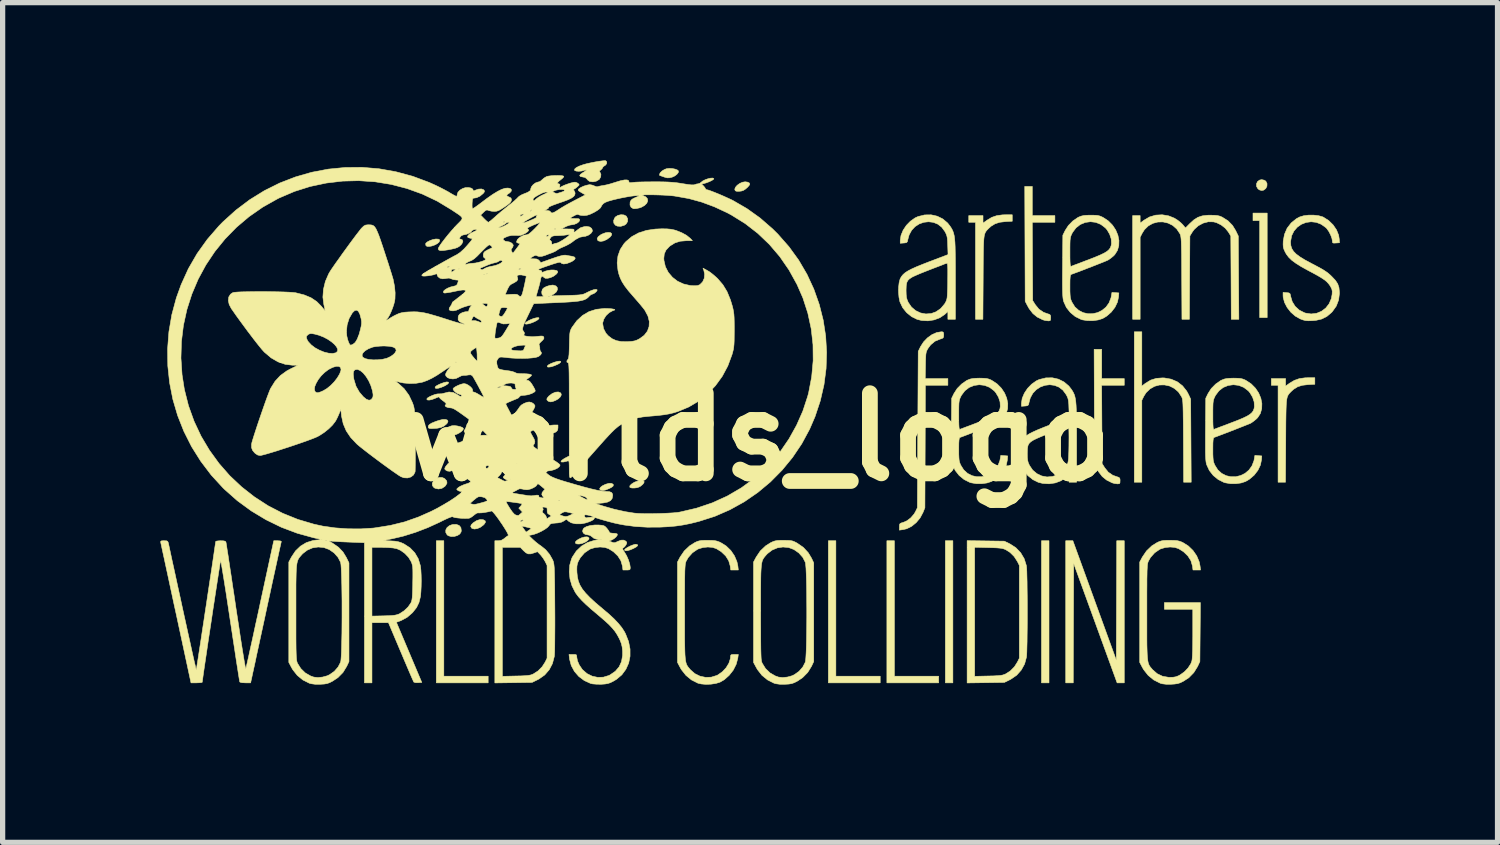
<source format=kicad_pcb>
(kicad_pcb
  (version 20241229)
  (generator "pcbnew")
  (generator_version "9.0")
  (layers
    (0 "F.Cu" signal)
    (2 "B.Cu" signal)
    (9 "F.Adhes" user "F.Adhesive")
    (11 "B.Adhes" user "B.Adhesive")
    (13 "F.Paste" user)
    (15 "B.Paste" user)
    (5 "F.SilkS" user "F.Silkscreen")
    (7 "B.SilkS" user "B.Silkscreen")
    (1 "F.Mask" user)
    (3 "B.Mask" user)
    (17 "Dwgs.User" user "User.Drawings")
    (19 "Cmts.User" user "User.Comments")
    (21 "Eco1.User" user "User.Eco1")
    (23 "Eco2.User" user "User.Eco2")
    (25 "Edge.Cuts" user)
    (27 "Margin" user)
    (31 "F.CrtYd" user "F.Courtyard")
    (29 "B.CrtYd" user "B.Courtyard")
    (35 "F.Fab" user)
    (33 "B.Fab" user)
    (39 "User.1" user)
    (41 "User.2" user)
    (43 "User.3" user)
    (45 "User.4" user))
  (footprint "worlds_logo"
    (layer "F.Cu")
    (at 11.351 5.262)
    (property "Reference" "worlds_logo" (at 0 0 0) (layer "F.SilkS") (effects (font (size 1.524 1.524) (thickness 0.3))))
    (attr through_hole)
    (fp_poly (pts (xy 3.719 4.673) (xy 3.576 4.673) (xy 3.576 1.971) (xy 3.719 1.971) (xy 3.719 4.673)) (stroke (width 0.01) (type solid)) (fill yes) (layer "F.SilkS"))
    (fp_poly (pts (xy 5.547 4.673) (xy 5.404 4.673) (xy 5.404 1.971) (xy 5.547 1.971) (xy 5.547 4.673)) (stroke (width 0.01) (type solid)) (fill yes) (layer "F.SilkS"))
    (fp_poly (pts (xy -5.961 4.546) (xy -5.118 4.546) (xy -5.118 4.673) (xy -6.104 4.673) (xy -6.104 1.971) (xy -5.961 1.971) (xy -5.961 4.546)) (stroke (width 0.01) (type solid)) (fill yes) (layer "F.SilkS"))
    (fp_poly (pts (xy 1.494 4.546) (xy 2.337 4.546) (xy 2.337 4.673) (xy 1.351 4.673) (xy 1.351 1.971) (xy 1.494 1.971) (xy 1.494 4.546)) (stroke (width 0.01) (type solid)) (fill yes) (layer "F.SilkS"))
    (fp_poly (pts (xy 2.607 4.546) (xy 3.449 4.546) (xy 3.449 4.673) (xy 2.464 4.673) (xy 2.464 1.971) (xy 2.607 1.971) (xy 2.607 4.546)) (stroke (width 0.01) (type solid)) (fill yes) (layer "F.SilkS"))
    (fp_poly (pts (xy 9.696 -2.273) (xy 9.553 -2.273) (xy 9.553 -4.117) (xy 9.426 -4.117) (xy 9.426 -4.26) (xy 9.696 -4.26) (xy 9.696 -2.273)) (stroke (width 0.01) (type solid)) (fill yes) (layer "F.SilkS"))
    (fp_poly (pts (xy -3.737 -1.439) (xy -3.739 -1.424) (xy -3.767 -1.4) (xy -3.795 -1.385) (xy -3.861 -1.356) (xy -3.921 -1.337) (xy -3.968 -1.331) (xy -3.99 -1.335) (xy -3.994 -1.351) (xy -3.972 -1.373) (xy -3.925 -1.398) (xy -3.864 -1.422) (xy -3.802 -1.44) (xy -3.759 -1.445) (xy -3.737 -1.439)) (stroke (width 0.01) (type solid)) (fill yes) (layer "F.SilkS"))
    (fp_poly (pts (xy 6.414 3.107) (xy 6.827 4.242) (xy 6.831 3.107) (xy 6.835 1.971) (xy 6.978 1.971) (xy 6.978 4.673) (xy 6.842 4.673) (xy 6.429 3.537) (xy 6.016 2.402) (xy 6.012 3.537) (xy 6.008 4.673) (xy 5.865 4.673) (xy 5.865 1.971) (xy 6.001 1.971) (xy 6.414 3.107)) (stroke (width 0.01) (type solid)) (fill yes) (layer "F.SilkS"))
    (fp_poly (pts (xy 9.639 -4.886) (xy 9.67 -4.867) (xy 9.693 -4.821) (xy 9.691 -4.771) (xy 9.669 -4.727) (xy 9.63 -4.697) (xy 9.593 -4.689) (xy 9.551 -4.7) (xy 9.521 -4.721) (xy 9.494 -4.766) (xy 9.492 -4.815) (xy 9.512 -4.859) (xy 9.552 -4.888) (xy 9.591 -4.896) (xy 9.639 -4.886)) (stroke (width 0.01) (type solid)) (fill yes) (layer "F.SilkS"))
    (fp_poly (pts (xy -5.877 -1.046) (xy -5.869 -1.032) (xy -5.887 -1.01) (xy -5.933 -0.98) (xy -5.945 -0.974) (xy -6.01 -0.946) (xy -6.067 -0.929) (xy -6.108 -0.926) (xy -6.125 -0.934) (xy -6.126 -0.953) (xy -6.103 -0.974) (xy -6.055 -1) (xy -6.018 -1.016) (xy -5.954 -1.039) (xy -5.906 -1.049) (xy -5.877 -1.046)) (stroke (width 0.01) (type solid)) (fill yes) (layer "F.SilkS"))
    (fp_poly (pts (xy -3.225 1.9) (xy -3.2 1.918) (xy -3.203 1.943) (xy -3.234 1.973) (xy -3.273 1.998) (xy -3.331 2.022) (xy -3.388 2.033) (xy -3.433 2.031) (xy -3.459 2.016) (xy -3.458 1.992) (xy -3.433 1.965) (xy -3.391 1.938) (xy -3.341 1.915) (xy -3.289 1.9) (xy -3.243 1.897) (xy -3.225 1.9)) (stroke (width 0.01) (type solid)) (fill yes) (layer "F.SilkS"))
    (fp_poly (pts (xy -2.276 2.048) (xy -2.275 2.065) (xy -2.305 2.09) (xy -2.354 2.117) (xy -2.413 2.143) (xy -2.465 2.158) (xy -2.504 2.161) (xy -2.523 2.152) (xy -2.524 2.142) (xy -2.506 2.122) (xy -2.467 2.097) (xy -2.417 2.071) (xy -2.366 2.051) (xy -2.324 2.039) (xy -2.308 2.038) (xy -2.276 2.048)) (stroke (width 0.01) (type solid)) (fill yes) (layer "F.SilkS"))
    (fp_poly (pts (xy -5.861 0.168) (xy -5.828 0.197) (xy -5.818 0.235) (xy -5.832 0.285) (xy -5.869 0.326) (xy -5.921 0.352) (xy -5.98 0.361) (xy -6.037 0.348) (xy -6.04 0.346) (xy -6.074 0.312) (xy -6.086 0.266) (xy -6.074 0.22) (xy -6.063 0.206) (xy -6.018 0.172) (xy -5.964 0.155) (xy -5.909 0.154) (xy -5.861 0.168)) (stroke (width 0.01) (type solid)) (fill yes) (layer "F.SilkS"))
    (fp_poly (pts (xy -5.67 1.68) (xy -5.637 1.72) (xy -5.629 1.776) (xy -5.633 1.804) (xy -5.658 1.843) (xy -5.704 1.872) (xy -5.762 1.889) (xy -5.821 1.891) (xy -5.874 1.876) (xy -5.897 1.86) (xy -5.924 1.814) (xy -5.924 1.766) (xy -5.9 1.72) (xy -5.854 1.683) (xy -5.795 1.662) (xy -5.724 1.66) (xy -5.67 1.68)) (stroke (width 0.01) (type solid)) (fill yes) (layer "F.SilkS"))
    (fp_poly (pts (xy -5.212 1.571) (xy -5.208 1.573) (xy -5.174 1.593) (xy -5.17 1.62) (xy -5.194 1.657) (xy -5.21 1.673) (xy -5.265 1.714) (xy -5.325 1.74) (xy -5.38 1.748) (xy -5.424 1.737) (xy -5.433 1.729) (xy -5.45 1.7) (xy -5.441 1.67) (xy -5.405 1.632) (xy -5.338 1.588) (xy -5.271 1.567) (xy -5.212 1.571)) (stroke (width 0.01) (type solid)) (fill yes) (layer "F.SilkS"))
    (fp_poly (pts (xy -4.151 -2.266) (xy -4.152 -2.256) (xy -4.17 -2.234) (xy -4.206 -2.211) (xy -4.253 -2.188) (xy -4.304 -2.168) (xy -4.353 -2.154) (xy -4.392 -2.148) (xy -4.414 -2.153) (xy -4.416 -2.163) (xy -4.397 -2.185) (xy -4.356 -2.211) (xy -4.303 -2.237) (xy -4.247 -2.258) (xy -4.204 -2.268) (xy -4.165 -2.272) (xy -4.151 -2.266)) (stroke (width 0.01) (type solid)) (fill yes) (layer "F.SilkS"))
    (fp_poly (pts (xy -3.791 -0.176) (xy -3.797 -0.134) (xy -3.821 -0.105) (xy -3.841 -0.092) (xy -3.895 -0.068) (xy -3.955 -0.054) (xy -4.011 -0.051) (xy -4.054 -0.06) (xy -4.067 -0.07) (xy -4.084 -0.108) (xy -4.072 -0.147) (xy -4.038 -0.181) (xy -3.985 -0.209) (xy -3.918 -0.226) (xy -3.87 -0.23) (xy -3.791 -0.23) (xy -3.791 -0.176)) (stroke (width 0.01) (type solid)) (fill yes) (layer "F.SilkS"))
    (fp_poly (pts (xy -2.794 -3.889) (xy -2.771 -3.872) (xy -2.77 -3.845) (xy -2.795 -3.809) (xy -2.801 -3.804) (xy -2.861 -3.759) (xy -2.922 -3.731) (xy -2.978 -3.721) (xy -3.021 -3.731) (xy -3.035 -3.742) (xy -3.045 -3.775) (xy -3.025 -3.811) (xy -2.978 -3.847) (xy -2.952 -3.861) (xy -2.889 -3.885) (xy -2.835 -3.893) (xy -2.794 -3.889)) (stroke (width 0.01) (type solid)) (fill yes) (layer "F.SilkS"))
    (fp_poly (pts (xy -2.771 0.88) (xy -2.742 0.897) (xy -2.737 0.91) (xy -2.743 0.932) (xy -2.772 0.955) (xy -2.816 0.978) (xy -2.886 1.006) (xy -2.937 1.016) (xy -2.977 1.008) (xy -2.988 1.002) (xy -2.998 0.982) (xy -2.982 0.955) (xy -2.945 0.926) (xy -2.89 0.899) (xy -2.885 0.897) (xy -2.821 0.879) (xy -2.771 0.88)) (stroke (width 0.01) (type solid)) (fill yes) (layer "F.SilkS"))
    (fp_poly (pts (xy -2.537 -4.225) (xy -2.493 -4.203) (xy -2.49 -4.199) (xy -2.465 -4.151) (xy -2.467 -4.099) (xy -2.495 -4.053) (xy -2.528 -4.029) (xy -2.596 -4.008) (xy -2.661 -4.012) (xy -2.699 -4.03) (xy -2.728 -4.068) (xy -2.733 -4.116) (xy -2.713 -4.167) (xy -2.695 -4.189) (xy -2.649 -4.217) (xy -2.592 -4.229) (xy -2.537 -4.225)) (stroke (width 0.01) (type solid)) (fill yes) (layer "F.SilkS"))
    (fp_poly (pts (xy -5.955 0.784) (xy -5.941 0.794) (xy -5.906 0.834) (xy -5.901 0.875) (xy -5.927 0.921) (xy -5.943 0.939) (xy -5.999 0.975) (xy -6.064 0.987) (xy -6.127 0.973) (xy -6.148 0.961) (xy -6.177 0.925) (xy -6.181 0.882) (xy -6.163 0.838) (xy -6.126 0.8) (xy -6.075 0.774) (xy -6.048 0.768) (xy -5.996 0.767) (xy -5.955 0.784)) (stroke (width 0.01) (type solid)) (fill yes) (layer "F.SilkS"))
    (fp_poly (pts (xy -5.691 0.452) (xy -5.684 0.455) (xy -5.661 0.476) (xy -5.662 0.509) (xy -5.681 0.549) (xy -5.716 0.588) (xy -5.762 0.621) (xy -5.791 0.635) (xy -5.85 0.65) (xy -5.896 0.644) (xy -5.922 0.629) (xy -5.942 0.61) (xy -5.942 0.59) (xy -5.928 0.562) (xy -5.883 0.506) (xy -5.822 0.466) (xy -5.755 0.447) (xy -5.691 0.452)) (stroke (width 0.01) (type solid)) (fill yes) (layer "F.SilkS"))
    (fp_poly (pts (xy -3.743 -0.842) (xy -3.735 -0.835) (xy -3.727 -0.803) (xy -3.745 -0.766) (xy -3.784 -0.728) (xy -3.836 -0.698) (xy -3.893 -0.676) (xy -3.933 -0.67) (xy -3.967 -0.679) (xy -3.978 -0.685) (xy -4.002 -0.709) (xy -3.998 -0.739) (xy -3.966 -0.778) (xy -3.962 -0.782) (xy -3.901 -0.828) (xy -3.839 -0.854) (xy -3.785 -0.859) (xy -3.743 -0.842)) (stroke (width 0.01) (type solid)) (fill yes) (layer "F.SilkS"))
    (fp_poly (pts (xy -0.186 -4.849) (xy -0.153 -4.833) (xy -0.143 -4.812) (xy -0.155 -4.786) (xy -0.185 -4.752) (xy -0.225 -4.717) (xy -0.265 -4.691) (xy -0.303 -4.679) (xy -0.35 -4.674) (xy -0.393 -4.675) (xy -0.419 -4.684) (xy -0.429 -4.714) (xy -0.415 -4.751) (xy -0.382 -4.789) (xy -0.333 -4.824) (xy -0.281 -4.847) (xy -0.232 -4.855) (xy -0.186 -4.849)) (stroke (width 0.01) (type solid)) (fill yes) (layer "F.SilkS"))
    (fp_poly (pts (xy -6.062 -3.764) (xy -6.044 -3.754) (xy -6.04 -3.737) (xy -6.053 -3.707) (xy -6.088 -3.678) (xy -6.136 -3.653) (xy -6.19 -3.634) (xy -6.241 -3.625) (xy -6.281 -3.627) (xy -6.303 -3.645) (xy -6.303 -3.645) (xy -6.306 -3.676) (xy -6.303 -3.687) (xy -6.274 -3.712) (xy -6.226 -3.737) (xy -6.169 -3.757) (xy -6.115 -3.767) (xy -6.104 -3.767) (xy -6.062 -3.764)) (stroke (width 0.01) (type solid)) (fill yes) (layer "F.SilkS"))
    (fp_poly (pts (xy -2.182 0.829) (xy -2.155 0.841) (xy -2.153 0.843) (xy -2.155 0.867) (xy -2.179 0.899) (xy -2.217 0.931) (xy -2.244 0.947) (xy -2.286 0.962) (xy -2.337 0.968) (xy -2.384 0.968) (xy -2.417 0.959) (xy -2.424 0.953) (xy -2.424 0.927) (xy -2.395 0.895) (xy -2.341 0.86) (xy -2.334 0.857) (xy -2.282 0.838) (xy -2.228 0.828) (xy -2.182 0.829)) (stroke (width 0.01) (type solid)) (fill yes) (layer "F.SilkS"))
    (fp_poly (pts (xy -5.895 -0.324) (xy -5.882 -0.301) (xy -5.894 -0.268) (xy -5.917 -0.243) (xy -5.965 -0.206) (xy -6.017 -0.183) (xy -6.084 -0.169) (xy -6.137 -0.165) (xy -6.198 -0.162) (xy -6.234 -0.165) (xy -6.252 -0.174) (xy -6.256 -0.181) (xy -6.257 -0.211) (xy -6.236 -0.239) (xy -6.189 -0.268) (xy -6.114 -0.298) (xy -6.054 -0.318) (xy -5.984 -0.335) (xy -5.93 -0.336) (xy -5.895 -0.324)) (stroke (width 0.01) (type solid)) (fill yes) (layer "F.SilkS"))
    (fp_poly (pts (xy -5.705 -0.212) (xy -5.652 -0.2) (xy -5.61 -0.184) (xy -5.589 -0.166) (xy -5.595 -0.141) (xy -5.623 -0.11) (xy -5.665 -0.08) (xy -5.714 -0.055) (xy -5.735 -0.048) (xy -5.77 -0.038) (xy -5.794 -0.035) (xy -5.818 -0.037) (xy -5.854 -0.048) (xy -5.885 -0.057) (xy -5.935 -0.076) (xy -5.957 -0.097) (xy -5.961 -0.11) (xy -5.947 -0.139) (xy -5.911 -0.17) (xy -5.861 -0.198) (xy -5.807 -0.216) (xy -5.805 -0.216) (xy -5.76 -0.219) (xy -5.705 -0.212)) (stroke (width 0.01) (type solid)) (fill yes) (layer "F.SilkS"))
    (fp_poly (pts (xy -1.617 -5.107) (xy -1.562 -5.096) (xy -1.519 -5.079) (xy -1.499 -5.06) (xy -1.503 -5.031) (xy -1.529 -4.997) (xy -1.57 -4.966) (xy -1.618 -4.944) (xy -1.62 -4.943) (xy -1.672 -4.931) (xy -1.713 -4.93) (xy -1.759 -4.942) (xy -1.788 -4.952) (xy -1.828 -4.966) (xy -1.853 -4.974) (xy -1.856 -4.975) (xy -1.859 -4.988) (xy -1.86 -4.996) (xy -1.846 -5.027) (xy -1.811 -5.061) (xy -1.763 -5.09) (xy -1.725 -5.104) (xy -1.675 -5.11) (xy -1.617 -5.107)) (stroke (width 0.01) (type solid)) (fill yes) (layer "F.SilkS"))
    (fp_poly (pts (xy 5.229 -4.212) (xy 5.659 -4.212) (xy 5.659 -4.085) (xy 5.229 -4.085) (xy 5.237 -2.596) (xy 5.286 -2.518) (xy 5.355 -2.433) (xy 5.441 -2.374) (xy 5.512 -2.348) (xy 5.554 -2.335) (xy 5.573 -2.319) (xy 5.579 -2.289) (xy 5.579 -2.27) (xy 5.577 -2.23) (xy 5.566 -2.214) (xy 5.537 -2.21) (xy 5.527 -2.211) (xy 5.473 -2.218) (xy 5.428 -2.231) (xy 5.323 -2.283) (xy 5.24 -2.351) (xy 5.17 -2.442) (xy 5.14 -2.495) (xy 5.094 -2.583) (xy 5.09 -3.676) (xy 5.086 -4.768) (xy 5.229 -4.768) (xy 5.229 -4.212)) (stroke (width 0.01) (type solid)) (fill yes) (layer "F.SilkS"))
    (fp_poly (pts (xy 6.549 -1.113) (xy 6.978 -1.113) (xy 6.978 -0.985) (xy 6.548 -0.985) (xy 6.557 0.503) (xy 6.605 0.581) (xy 6.674 0.667) (xy 6.76 0.726) (xy 6.831 0.751) (xy 6.873 0.765) (xy 6.892 0.781) (xy 6.898 0.81) (xy 6.898 0.83) (xy 6.896 0.869) (xy 6.885 0.886) (xy 6.856 0.889) (xy 6.847 0.889) (xy 6.792 0.882) (xy 6.747 0.869) (xy 6.643 0.817) (xy 6.559 0.749) (xy 6.489 0.658) (xy 6.459 0.604) (xy 6.414 0.517) (xy 6.409 -0.576) (xy 6.405 -1.669) (xy 6.549 -1.669) (xy 6.549 -1.113)) (stroke (width 0.01) (type solid)) (fill yes) (layer "F.SilkS"))
    (fp_poly (pts (xy 4.848 -4.105) (xy 4.717 -4.098) (xy 4.608 -4.085) (xy 4.52 -4.056) (xy 4.445 -4.01) (xy 4.404 -3.973) (xy 4.381 -3.95) (xy 4.362 -3.93) (xy 4.346 -3.909) (xy 4.333 -3.885) (xy 4.322 -3.855) (xy 4.314 -3.816) (xy 4.308 -3.766) (xy 4.304 -3.701) (xy 4.301 -3.618) (xy 4.299 -3.516) (xy 4.297 -3.391) (xy 4.296 -3.24) (xy 4.295 -3.06) (xy 4.295 -3.032) (xy 4.29 -2.241) (xy 4.149 -2.241) (xy 4.149 -4.085) (xy 4.021 -4.085) (xy 4.021 -4.212) (xy 4.292 -4.212) (xy 4.292 -4.069) (xy 4.371 -4.126) (xy 4.459 -4.179) (xy 4.553 -4.211) (xy 4.661 -4.226) (xy 4.723 -4.228) (xy 4.848 -4.228) (xy 4.848 -4.105)) (stroke (width 0.01) (type solid)) (fill yes) (layer "F.SilkS"))
    (fp_poly (pts (xy 10.602 -1.005) (xy 10.471 -0.998) (xy 10.362 -0.985) (xy 10.274 -0.957) (xy 10.199 -0.91) (xy 10.158 -0.873) (xy 10.135 -0.85) (xy 10.116 -0.83) (xy 10.1 -0.809) (xy 10.087 -0.785) (xy 10.076 -0.755) (xy 10.068 -0.717) (xy 10.062 -0.666) (xy 10.058 -0.601) (xy 10.055 -0.519) (xy 10.053 -0.417) (xy 10.051 -0.291) (xy 10.05 -0.14) (xy 10.049 0.039) (xy 10.049 0.068) (xy 10.044 0.858) (xy 9.903 0.858) (xy 9.903 -0.985) (xy 9.775 -0.985) (xy 9.775 -1.113) (xy 10.046 -1.113) (xy 10.046 -0.97) (xy 10.125 -1.027) (xy 10.213 -1.079) (xy 10.307 -1.112) (xy 10.415 -1.127) (xy 10.477 -1.129) (xy 10.602 -1.129) (xy 10.602 -1.005)) (stroke (width 0.01) (type solid)) (fill yes) (layer "F.SilkS"))
    (fp_poly (pts (xy 7.312 -0.97) (xy 7.382 -1.024) (xy 7.481 -1.084) (xy 7.587 -1.117) (xy 7.707 -1.126) (xy 7.739 -1.125) (xy 7.869 -1.102) (xy 7.986 -1.052) (xy 8.086 -0.975) (xy 8.166 -0.874) (xy 8.199 -0.813) (xy 8.241 -0.723) (xy 8.246 0.068) (xy 8.251 0.858) (xy 8.107 0.858) (xy 8.103 0.076) (xy 8.102 -0.103) (xy 8.101 -0.253) (xy 8.099 -0.377) (xy 8.098 -0.477) (xy 8.096 -0.557) (xy 8.094 -0.619) (xy 8.091 -0.667) (xy 8.087 -0.702) (xy 8.083 -0.728) (xy 8.077 -0.747) (xy 8.07 -0.764) (xy 8.068 -0.768) (xy 8.008 -0.859) (xy 7.93 -0.926) (xy 7.842 -0.971) (xy 7.746 -0.992) (xy 7.648 -0.991) (xy 7.554 -0.966) (xy 7.468 -0.917) (xy 7.394 -0.846) (xy 7.351 -0.778) (xy 7.312 -0.7) (xy 7.312 0.858) (xy 7.169 0.858) (xy 7.169 -2.003) (xy 7.312 -2.003) (xy 7.312 -0.97)) (stroke (width 0.01) (type solid)) (fill yes) (layer "F.SilkS"))
    (fp_poly (pts (xy 3.529 -2) (xy 3.542 -1.984) (xy 3.545 -1.948) (xy 3.545 -1.942) (xy 3.542 -1.904) (xy 3.53 -1.884) (xy 3.499 -1.87) (xy 3.477 -1.864) (xy 3.378 -1.823) (xy 3.297 -1.755) (xy 3.251 -1.694) (xy 3.233 -1.664) (xy 3.22 -1.637) (xy 3.211 -1.607) (xy 3.205 -1.569) (xy 3.202 -1.516) (xy 3.199 -1.442) (xy 3.198 -1.364) (xy 3.193 -1.113) (xy 3.624 -1.113) (xy 3.624 -0.985) (xy 3.196 -0.985) (xy 3.192 0.179) (xy 3.187 1.343) (xy 3.151 1.433) (xy 3.096 1.536) (xy 3.022 1.625) (xy 2.935 1.696) (xy 2.841 1.743) (xy 2.776 1.758) (xy 2.702 1.769) (xy 2.702 1.705) (xy 2.704 1.665) (xy 2.716 1.643) (xy 2.745 1.63) (xy 2.77 1.624) (xy 2.846 1.591) (xy 2.919 1.535) (xy 2.981 1.463) (xy 3.007 1.419) (xy 3.044 1.343) (xy 3.052 -0.143) (xy 3.06 -1.629) (xy 3.104 -1.72) (xy 3.161 -1.809) (xy 3.236 -1.887) (xy 3.322 -1.949) (xy 3.413 -1.989) (xy 3.5 -2.003) (xy 3.529 -2)) (stroke (width 0.01) (type solid)) (fill yes) (layer "F.SilkS"))
    (fp_poly (pts (xy -2.883 -5.255) (xy -2.863 -5.234) (xy -2.864 -5.203) (xy -2.884 -5.174) (xy -2.901 -5.163) (xy -2.93 -5.143) (xy -2.941 -5.125) (xy -2.953 -5.103) (xy -2.976 -5.082) (xy -3 -5.061) (xy -2.997 -5.043) (xy -2.992 -5.037) (xy -2.974 -4.998) (xy -2.978 -4.949) (xy -3.003 -4.904) (xy -3.01 -4.898) (xy -3.062 -4.867) (xy -3.125 -4.854) (xy -3.184 -4.861) (xy -3.19 -4.863) (xy -3.225 -4.889) (xy -3.242 -4.91) (xy -3.274 -4.937) (xy -3.317 -4.946) (xy -3.363 -4.955) (xy -3.378 -4.973) (xy -3.363 -4.997) (xy -3.317 -5.03) (xy -3.314 -5.031) (xy -3.27 -5.06) (xy -3.25 -5.078) (xy -3.257 -5.083) (xy -3.289 -5.074) (xy -3.297 -5.071) (xy -3.344 -5.059) (xy -3.397 -5.055) (xy -3.443 -5.059) (xy -3.472 -5.07) (xy -3.475 -5.073) (xy -3.473 -5.097) (xy -3.443 -5.124) (xy -3.389 -5.152) (xy -3.314 -5.179) (xy -3.309 -5.181) (xy -3.242 -5.199) (xy -3.165 -5.216) (xy -3.085 -5.232) (xy -3.01 -5.245) (xy -2.946 -5.253) (xy -2.901 -5.257) (xy -2.883 -5.255)) (stroke (width 0.01) (type solid)) (fill yes) (layer "F.SilkS"))
    (fp_poly (pts (xy 4.698 1.979) (xy 4.804 2.031) (xy 4.917 2.104) (xy 5.008 2.199) (xy 5.075 2.312) (xy 5.116 2.442) (xy 5.119 2.462) (xy 5.122 2.496) (xy 5.125 2.558) (xy 5.127 2.644) (xy 5.13 2.752) (xy 5.131 2.878) (xy 5.133 3.017) (xy 5.134 3.167) (xy 5.134 3.322) (xy 5.134 3.479) (xy 5.133 3.629) (xy 5.131 3.768) (xy 5.13 3.893) (xy 5.127 4.001) (xy 5.125 4.087) (xy 5.122 4.149) (xy 5.119 4.182) (xy 5.083 4.314) (xy 5.019 4.43) (xy 4.932 4.528) (xy 4.821 4.604) (xy 4.804 4.613) (xy 4.698 4.665) (xy 4.344 4.67) (xy 3.99 4.675) (xy 3.99 4.549) (xy 4.133 4.549) (xy 4.391 4.543) (xy 4.492 4.541) (xy 4.567 4.537) (xy 4.622 4.532) (xy 4.664 4.525) (xy 4.698 4.514) (xy 4.722 4.504) (xy 4.811 4.447) (xy 4.89 4.367) (xy 4.946 4.278) (xy 4.983 4.204) (xy 4.983 2.44) (xy 4.946 2.366) (xy 4.884 2.27) (xy 4.805 2.192) (xy 4.722 2.14) (xy 4.69 2.127) (xy 4.654 2.117) (xy 4.61 2.111) (xy 4.55 2.106) (xy 4.468 2.103) (xy 4.391 2.101) (xy 4.133 2.095) (xy 4.133 4.549) (xy 3.99 4.549) (xy 3.99 1.969) (xy 4.698 1.979)) (stroke (width 0.01) (type solid)) (fill yes) (layer "F.SilkS"))
    (fp_poly (pts (xy 7.823 -4.207) (xy 7.93 -4.164) (xy 7.991 -4.126) (xy 8.049 -4.08) (xy 8.087 -4.043) (xy 8.142 -3.977) (xy 8.224 -4.06) (xy 8.302 -4.131) (xy 8.378 -4.179) (xy 8.461 -4.207) (xy 8.559 -4.219) (xy 8.615 -4.22) (xy 8.694 -4.218) (xy 8.75 -4.213) (xy 8.795 -4.202) (xy 8.838 -4.184) (xy 8.84 -4.183) (xy 8.95 -4.114) (xy 9.036 -4.026) (xy 9.095 -3.93) (xy 9.147 -3.823) (xy 9.152 -3.032) (xy 9.157 -2.241) (xy 9.013 -2.241) (xy 9.009 -3.033) (xy 9.004 -3.825) (xy 8.956 -3.903) (xy 8.898 -3.974) (xy 8.82 -4.035) (xy 8.733 -4.078) (xy 8.677 -4.093) (xy 8.577 -4.095) (xy 8.478 -4.069) (xy 8.385 -4.019) (xy 8.308 -3.949) (xy 8.274 -3.903) (xy 8.226 -3.825) (xy 8.221 -3.033) (xy 8.217 -2.241) (xy 8.075 -2.241) (xy 8.071 -3.024) (xy 8.07 -3.203) (xy 8.069 -3.353) (xy 8.068 -3.476) (xy 8.066 -3.577) (xy 8.064 -3.657) (xy 8.062 -3.719) (xy 8.059 -3.766) (xy 8.055 -3.801) (xy 8.051 -3.827) (xy 8.045 -3.847) (xy 8.039 -3.863) (xy 8.036 -3.868) (xy 7.976 -3.958) (xy 7.899 -4.026) (xy 7.81 -4.07) (xy 7.714 -4.092) (xy 7.617 -4.09) (xy 7.522 -4.065) (xy 7.436 -4.017) (xy 7.362 -3.945) (xy 7.319 -3.877) (xy 7.28 -3.8) (xy 7.28 -2.241) (xy 7.137 -2.241) (xy 7.137 -4.212) (xy 7.28 -4.212) (xy 7.28 -4.069) (xy 7.351 -4.123) (xy 7.458 -4.186) (xy 7.576 -4.221) (xy 7.7 -4.228) (xy 7.823 -4.207)) (stroke (width 0.01) (type solid)) (fill yes) (layer "F.SilkS"))
    (fp_poly (pts (xy -0.868 1.964) (xy -0.811 1.968) (xy -0.766 1.978) (xy -0.722 1.994) (xy -0.696 2.006) (xy -0.593 2.07) (xy -0.504 2.156) (xy -0.434 2.259) (xy -0.387 2.371) (xy -0.37 2.449) (xy -0.361 2.527) (xy -0.505 2.527) (xy -0.515 2.451) (xy -0.544 2.351) (xy -0.601 2.26) (xy -0.686 2.179) (xy -0.779 2.121) (xy -0.852 2.097) (xy -0.941 2.09) (xy -1.034 2.1) (xy -1.118 2.125) (xy -1.138 2.134) (xy -1.234 2.2) (xy -1.313 2.289) (xy -1.353 2.359) (xy -1.359 2.375) (xy -1.364 2.393) (xy -1.369 2.416) (xy -1.372 2.448) (xy -1.375 2.49) (xy -1.378 2.545) (xy -1.379 2.615) (xy -1.381 2.704) (xy -1.381 2.815) (xy -1.382 2.948) (xy -1.382 3.108) (xy -1.382 3.296) (xy -1.382 3.33) (xy -1.382 3.529) (xy -1.382 3.699) (xy -1.382 3.842) (xy -1.38 3.962) (xy -1.378 4.06) (xy -1.375 4.14) (xy -1.37 4.203) (xy -1.364 4.253) (xy -1.355 4.293) (xy -1.345 4.324) (xy -1.331 4.35) (xy -1.315 4.373) (xy -1.296 4.396) (xy -1.274 4.422) (xy -1.271 4.425) (xy -1.188 4.498) (xy -1.09 4.546) (xy -0.983 4.569) (xy -0.875 4.565) (xy -0.772 4.533) (xy -0.749 4.522) (xy -0.663 4.461) (xy -0.592 4.385) (xy -0.54 4.299) (xy -0.512 4.211) (xy -0.509 4.17) (xy -0.505 4.147) (xy -0.49 4.136) (xy -0.454 4.133) (xy -0.435 4.133) (xy -0.361 4.133) (xy -0.371 4.206) (xy -0.402 4.321) (xy -0.458 4.432) (xy -0.536 4.531) (xy -0.628 4.613) (xy -0.711 4.661) (xy -0.787 4.684) (xy -0.879 4.698) (xy -0.976 4.702) (xy -1.066 4.694) (xy -1.128 4.68) (xy -1.251 4.618) (xy -1.357 4.531) (xy -1.444 4.421) (xy -1.468 4.379) (xy -1.518 4.284) (xy -1.518 2.376) (xy -1.468 2.281) (xy -1.389 2.165) (xy -1.287 2.068) (xy -1.192 2.008) (xy -1.148 1.987) (xy -1.108 1.974) (xy -1.064 1.966) (xy -1.004 1.963) (xy -0.946 1.963) (xy -0.868 1.964)) (stroke (width 0.01) (type solid)) (fill yes) (layer "F.SilkS"))
    (fp_poly (pts (xy 7.922 1.964) (xy 7.979 1.968) (xy 8.024 1.978) (xy 8.068 1.994) (xy 8.094 2.006) (xy 8.196 2.07) (xy 8.285 2.156) (xy 8.356 2.259) (xy 8.403 2.371) (xy 8.419 2.449) (xy 8.429 2.527) (xy 8.285 2.527) (xy 8.275 2.451) (xy 8.246 2.351) (xy 8.188 2.26) (xy 8.104 2.179) (xy 8.011 2.121) (xy 7.938 2.097) (xy 7.849 2.09) (xy 7.756 2.1) (xy 7.672 2.125) (xy 7.652 2.134) (xy 7.556 2.2) (xy 7.477 2.289) (xy 7.437 2.359) (xy 7.431 2.375) (xy 7.425 2.393) (xy 7.421 2.416) (xy 7.417 2.448) (xy 7.415 2.49) (xy 7.412 2.545) (xy 7.411 2.615) (xy 7.409 2.704) (xy 7.409 2.815) (xy 7.408 2.948) (xy 7.408 3.108) (xy 7.408 3.296) (xy 7.408 3.33) (xy 7.408 3.529) (xy 7.408 3.699) (xy 7.408 3.842) (xy 7.409 3.962) (xy 7.412 4.06) (xy 7.415 4.14) (xy 7.42 4.203) (xy 7.426 4.253) (xy 7.434 4.293) (xy 7.445 4.324) (xy 7.458 4.35) (xy 7.474 4.373) (xy 7.494 4.396) (xy 7.516 4.422) (xy 7.519 4.425) (xy 7.605 4.5) (xy 7.707 4.548) (xy 7.823 4.568) (xy 7.845 4.568) (xy 7.912 4.566) (xy 7.962 4.557) (xy 8.01 4.538) (xy 8.043 4.52) (xy 8.121 4.464) (xy 8.191 4.391) (xy 8.243 4.311) (xy 8.263 4.26) (xy 8.269 4.223) (xy 8.274 4.155) (xy 8.278 4.058) (xy 8.28 3.934) (xy 8.281 3.784) (xy 8.281 3.737) (xy 8.281 3.274) (xy 7.741 3.274) (xy 7.741 3.147) (xy 8.426 3.147) (xy 8.416 4.268) (xy 8.372 4.363) (xy 8.3 4.479) (xy 8.205 4.576) (xy 8.098 4.645) (xy 8.042 4.672) (xy 7.991 4.688) (xy 7.931 4.696) (xy 7.868 4.7) (xy 7.774 4.7) (xy 7.701 4.691) (xy 7.662 4.68) (xy 7.539 4.618) (xy 7.433 4.531) (xy 7.346 4.421) (xy 7.322 4.379) (xy 7.272 4.284) (xy 7.272 2.376) (xy 7.322 2.281) (xy 7.401 2.165) (xy 7.502 2.068) (xy 7.598 2.008) (xy 7.642 1.987) (xy 7.682 1.974) (xy 7.726 1.966) (xy 7.786 1.963) (xy 7.844 1.963) (xy 7.922 1.964)) (stroke (width 0.01) (type solid)) (fill yes) (layer "F.SilkS"))
    (fp_poly (pts (xy 0.575 1.964) (xy 0.628 1.967) (xy 0.669 1.975) (xy 0.708 1.99) (xy 0.754 2.014) (xy 0.759 2.017) (xy 0.875 2.097) (xy 0.969 2.199) (xy 1.031 2.302) (xy 1.073 2.392) (xy 1.073 4.268) (xy 1.031 4.358) (xy 0.958 4.476) (xy 0.861 4.574) (xy 0.759 4.642) (xy 0.703 4.67) (xy 0.655 4.687) (xy 0.601 4.696) (xy 0.529 4.7) (xy 0.525 4.7) (xy 0.428 4.7) (xy 0.355 4.69) (xy 0.319 4.68) (xy 0.196 4.618) (xy 0.089 4.531) (xy 0.003 4.421) (xy -0.021 4.379) (xy -0.072 4.284) (xy -0.072 3.111) (xy 0.064 3.111) (xy 0.064 3.306) (xy 0.064 3.33) (xy 0.064 3.523) (xy 0.065 3.688) (xy 0.065 3.825) (xy 0.066 3.939) (xy 0.067 4.031) (xy 0.069 4.105) (xy 0.071 4.162) (xy 0.073 4.206) (xy 0.077 4.239) (xy 0.081 4.264) (xy 0.086 4.283) (xy 0.093 4.298) (xy 0.094 4.301) (xy 0.156 4.401) (xy 0.242 4.484) (xy 0.345 4.543) (xy 0.405 4.564) (xy 0.483 4.572) (xy 0.572 4.563) (xy 0.659 4.539) (xy 0.704 4.518) (xy 0.794 4.454) (xy 0.866 4.371) (xy 0.913 4.279) (xy 0.919 4.245) (xy 0.924 4.183) (xy 0.929 4.096) (xy 0.933 3.988) (xy 0.936 3.864) (xy 0.938 3.726) (xy 0.94 3.579) (xy 0.941 3.426) (xy 0.941 3.27) (xy 0.94 3.116) (xy 0.939 2.967) (xy 0.937 2.826) (xy 0.934 2.699) (xy 0.93 2.587) (xy 0.926 2.495) (xy 0.92 2.427) (xy 0.915 2.386) (xy 0.913 2.381) (xy 0.865 2.287) (xy 0.79 2.203) (xy 0.697 2.138) (xy 0.596 2.1) (xy 0.488 2.09) (xy 0.381 2.106) (xy 0.28 2.149) (xy 0.193 2.216) (xy 0.175 2.235) (xy 0.152 2.261) (xy 0.133 2.284) (xy 0.117 2.307) (xy 0.103 2.332) (xy 0.092 2.363) (xy 0.083 2.402) (xy 0.077 2.45) (xy 0.072 2.512) (xy 0.068 2.59) (xy 0.066 2.686) (xy 0.065 2.803) (xy 0.064 2.944) (xy 0.064 3.111) (xy -0.072 3.111) (xy -0.072 2.376) (xy -0.021 2.281) (xy 0.057 2.165) (xy 0.159 2.068) (xy 0.254 2.008) (xy 0.299 1.987) (xy 0.338 1.974) (xy 0.383 1.966) (xy 0.442 1.963) (xy 0.501 1.963) (xy 0.575 1.964)) (stroke (width 0.01) (type solid)) (fill yes) (layer "F.SilkS"))
    (fp_poly (pts (xy 10.675 -4.21) (xy 10.752 -4.188) (xy 10.763 -4.183) (xy 10.864 -4.119) (xy 10.949 -4.036) (xy 11.014 -3.941) (xy 11.055 -3.839) (xy 11.066 -3.767) (xy 11.071 -3.696) (xy 11.003 -3.691) (xy 10.961 -3.689) (xy 10.941 -3.696) (xy 10.936 -3.717) (xy 10.936 -3.73) (xy 10.926 -3.782) (xy 10.902 -3.846) (xy 10.868 -3.911) (xy 10.83 -3.965) (xy 10.813 -3.983) (xy 10.724 -4.047) (xy 10.629 -4.084) (xy 10.531 -4.095) (xy 10.435 -4.082) (xy 10.346 -4.047) (xy 10.268 -3.992) (xy 10.205 -3.919) (xy 10.161 -3.83) (xy 10.142 -3.726) (xy 10.141 -3.704) (xy 10.146 -3.641) (xy 10.164 -3.585) (xy 10.196 -3.533) (xy 10.247 -3.481) (xy 10.318 -3.428) (xy 10.414 -3.369) (xy 10.536 -3.303) (xy 10.546 -3.298) (xy 10.643 -3.247) (xy 10.717 -3.207) (xy 10.773 -3.174) (xy 10.818 -3.144) (xy 10.857 -3.115) (xy 10.895 -3.082) (xy 10.925 -3.053) (xy 10.993 -2.981) (xy 11.037 -2.914) (xy 11.061 -2.843) (xy 11.069 -2.757) (xy 11.07 -2.734) (xy 11.054 -2.607) (xy 11.01 -2.492) (xy 10.936 -2.388) (xy 10.92 -2.37) (xy 10.831 -2.295) (xy 10.734 -2.246) (xy 10.622 -2.22) (xy 10.554 -2.214) (xy 10.481 -2.212) (xy 10.426 -2.216) (xy 10.378 -2.228) (xy 10.324 -2.248) (xy 10.229 -2.302) (xy 10.145 -2.376) (xy 10.076 -2.464) (xy 10.026 -2.56) (xy 10 -2.658) (xy 9.998 -2.696) (xy 9.998 -2.752) (xy 10.065 -2.747) (xy 10.108 -2.742) (xy 10.129 -2.729) (xy 10.139 -2.7) (xy 10.142 -2.678) (xy 10.172 -2.576) (xy 10.228 -2.486) (xy 10.307 -2.414) (xy 10.404 -2.365) (xy 10.425 -2.358) (xy 10.532 -2.342) (xy 10.635 -2.354) (xy 10.729 -2.393) (xy 10.81 -2.454) (xy 10.873 -2.535) (xy 10.916 -2.634) (xy 10.931 -2.717) (xy 10.933 -2.774) (xy 10.925 -2.815) (xy 10.903 -2.859) (xy 10.891 -2.879) (xy 10.864 -2.916) (xy 10.833 -2.95) (xy 10.794 -2.984) (xy 10.741 -3.02) (xy 10.672 -3.062) (xy 10.582 -3.112) (xy 10.473 -3.17) (xy 10.346 -3.24) (xy 10.245 -3.303) (xy 10.166 -3.361) (xy 10.106 -3.419) (xy 10.061 -3.478) (xy 10.037 -3.521) (xy 10.014 -3.572) (xy 10.002 -3.616) (xy 9.999 -3.665) (xy 10.001 -3.727) (xy 10.025 -3.856) (xy 10.075 -3.972) (xy 10.152 -4.072) (xy 10.25 -4.152) (xy 10.313 -4.186) (xy 10.389 -4.209) (xy 10.482 -4.221) (xy 10.581 -4.221) (xy 10.675 -4.21)) (stroke (width 0.01) (type solid)) (fill yes) (layer "F.SilkS"))
    (fp_poly (pts (xy 3.421 -4.201) (xy 3.527 -4.149) (xy 3.619 -4.071) (xy 3.662 -4.016) (xy 3.685 -3.982) (xy 3.704 -3.949) (xy 3.72 -3.915) (xy 3.733 -3.876) (xy 3.744 -3.83) (xy 3.752 -3.774) (xy 3.758 -3.704) (xy 3.762 -3.619) (xy 3.764 -3.514) (xy 3.766 -3.387) (xy 3.767 -3.236) (xy 3.767 -3.056) (xy 3.767 -2.993) (xy 3.767 -2.241) (xy 3.624 -2.241) (xy 3.624 -2.388) (xy 3.563 -2.332) (xy 3.471 -2.27) (xy 3.362 -2.229) (xy 3.244 -2.211) (xy 3.124 -2.218) (xy 3.039 -2.239) (xy 2.934 -2.291) (xy 2.84 -2.367) (xy 2.765 -2.46) (xy 2.715 -2.565) (xy 2.71 -2.579) (xy 2.694 -2.66) (xy 2.686 -2.754) (xy 2.686 -2.789) (xy 2.829 -2.789) (xy 2.831 -2.714) (xy 2.836 -2.659) (xy 2.848 -2.615) (xy 2.867 -2.569) (xy 2.87 -2.562) (xy 2.931 -2.473) (xy 3.011 -2.405) (xy 3.104 -2.361) (xy 3.205 -2.342) (xy 3.308 -2.35) (xy 3.399 -2.383) (xy 3.489 -2.446) (xy 3.563 -2.534) (xy 3.582 -2.567) (xy 3.593 -2.59) (xy 3.602 -2.616) (xy 3.609 -2.648) (xy 3.613 -2.692) (xy 3.616 -2.752) (xy 3.619 -2.834) (xy 3.621 -2.941) (xy 3.621 -2.968) (xy 3.622 -3.097) (xy 3.622 -3.195) (xy 3.619 -3.263) (xy 3.614 -3.299) (xy 3.61 -3.306) (xy 3.584 -3.3) (xy 3.557 -3.291) (xy 3.531 -3.28) (xy 3.48 -3.26) (xy 3.411 -3.234) (xy 3.33 -3.203) (xy 3.266 -3.178) (xy 3.177 -3.143) (xy 3.092 -3.109) (xy 3.02 -3.078) (xy 2.967 -3.054) (xy 2.945 -3.043) (xy 2.894 -3.01) (xy 2.861 -2.977) (xy 2.841 -2.935) (xy 2.832 -2.879) (xy 2.829 -2.799) (xy 2.829 -2.789) (xy 2.686 -2.789) (xy 2.687 -2.85) (xy 2.697 -2.937) (xy 2.715 -3.006) (xy 2.72 -3.016) (xy 2.743 -3.056) (xy 2.773 -3.092) (xy 2.813 -3.127) (xy 2.866 -3.161) (xy 2.937 -3.198) (xy 3.028 -3.239) (xy 3.144 -3.286) (xy 3.264 -3.333) (xy 3.627 -3.471) (xy 3.621 -3.647) (xy 3.618 -3.727) (xy 3.613 -3.785) (xy 3.604 -3.828) (xy 3.59 -3.866) (xy 3.569 -3.907) (xy 3.568 -3.909) (xy 3.507 -3.992) (xy 3.432 -4.05) (xy 3.347 -4.084) (xy 3.257 -4.095) (xy 3.166 -4.085) (xy 3.079 -4.054) (xy 3 -4.003) (xy 2.935 -3.933) (xy 2.887 -3.845) (xy 2.864 -3.762) (xy 2.855 -3.72) (xy 2.84 -3.7) (xy 2.808 -3.693) (xy 2.785 -3.691) (xy 2.718 -3.686) (xy 2.718 -3.742) (xy 2.733 -3.837) (xy 2.773 -3.934) (xy 2.834 -4.026) (xy 2.912 -4.106) (xy 3 -4.168) (xy 3.056 -4.194) (xy 3.181 -4.225) (xy 3.305 -4.227) (xy 3.421 -4.201)) (stroke (width 0.01) (type solid)) (fill yes) (layer "F.SilkS"))
    (fp_poly (pts (xy 5.726 -1.102) (xy 5.832 -1.049) (xy 5.923 -0.972) (xy 5.967 -0.916) (xy 5.99 -0.882) (xy 6.009 -0.849) (xy 6.025 -0.815) (xy 6.038 -0.776) (xy 6.048 -0.73) (xy 6.056 -0.674) (xy 6.062 -0.605) (xy 6.066 -0.519) (xy 6.069 -0.415) (xy 6.071 -0.288) (xy 6.072 -0.136) (xy 6.072 0.043) (xy 6.072 0.107) (xy 6.072 0.858) (xy 5.929 0.858) (xy 5.929 0.712) (xy 5.867 0.767) (xy 5.775 0.83) (xy 5.667 0.871) (xy 5.549 0.888) (xy 5.429 0.881) (xy 5.344 0.86) (xy 5.239 0.808) (xy 5.145 0.732) (xy 5.07 0.639) (xy 5.02 0.535) (xy 5.015 0.521) (xy 4.998 0.439) (xy 4.991 0.345) (xy 4.991 0.31) (xy 5.134 0.31) (xy 5.135 0.386) (xy 5.141 0.44) (xy 5.152 0.485) (xy 5.172 0.53) (xy 5.175 0.537) (xy 5.236 0.627) (xy 5.316 0.695) (xy 5.409 0.739) (xy 5.509 0.758) (xy 5.613 0.749) (xy 5.704 0.717) (xy 5.794 0.653) (xy 5.867 0.566) (xy 5.887 0.533) (xy 5.898 0.509) (xy 5.907 0.483) (xy 5.913 0.451) (xy 5.918 0.407) (xy 5.921 0.347) (xy 5.924 0.266) (xy 5.926 0.159) (xy 5.926 0.131) (xy 5.927 0.002) (xy 5.926 -0.096) (xy 5.924 -0.163) (xy 5.919 -0.2) (xy 5.915 -0.207) (xy 5.888 -0.201) (xy 5.862 -0.191) (xy 5.835 -0.181) (xy 5.785 -0.161) (xy 5.716 -0.134) (xy 5.635 -0.103) (xy 5.571 -0.079) (xy 5.481 -0.044) (xy 5.397 -0.01) (xy 5.325 0.021) (xy 5.272 0.046) (xy 5.25 0.057) (xy 5.199 0.09) (xy 5.166 0.123) (xy 5.146 0.164) (xy 5.137 0.221) (xy 5.134 0.301) (xy 5.134 0.31) (xy 4.991 0.31) (xy 4.992 0.25) (xy 5.002 0.162) (xy 5.02 0.094) (xy 5.025 0.083) (xy 5.048 0.043) (xy 5.077 0.007) (xy 5.117 -0.027) (xy 5.171 -0.062) (xy 5.242 -0.098) (xy 5.333 -0.139) (xy 5.448 -0.186) (xy 5.569 -0.233) (xy 5.932 -0.372) (xy 5.926 -0.548) (xy 5.923 -0.628) (xy 5.917 -0.685) (xy 5.909 -0.729) (xy 5.895 -0.767) (xy 5.874 -0.808) (xy 5.873 -0.809) (xy 5.812 -0.892) (xy 5.737 -0.95) (xy 5.652 -0.984) (xy 5.561 -0.996) (xy 5.471 -0.985) (xy 5.384 -0.954) (xy 5.305 -0.903) (xy 5.239 -0.833) (xy 5.191 -0.745) (xy 5.168 -0.662) (xy 5.159 -0.62) (xy 5.144 -0.601) (xy 5.113 -0.593) (xy 5.09 -0.591) (xy 5.023 -0.586) (xy 5.023 -0.642) (xy 5.037 -0.737) (xy 5.078 -0.834) (xy 5.139 -0.926) (xy 5.216 -1.006) (xy 5.305 -1.069) (xy 5.361 -1.095) (xy 5.486 -1.126) (xy 5.609 -1.128) (xy 5.726 -1.102)) (stroke (width 0.01) (type solid)) (fill yes) (layer "F.SilkS"))
    (fp_poly (pts (xy 4.303 -1.119) (xy 4.356 -1.115) (xy 4.398 -1.105) (xy 4.439 -1.089) (xy 4.463 -1.076) (xy 4.561 -1.011) (xy 4.641 -0.93) (xy 4.702 -0.838) (xy 4.743 -0.74) (xy 4.763 -0.639) (xy 4.76 -0.541) (xy 4.734 -0.449) (xy 4.683 -0.37) (xy 4.657 -0.344) (xy 4.611 -0.306) (xy 4.566 -0.274) (xy 4.55 -0.264) (xy 4.525 -0.253) (xy 4.477 -0.234) (xy 4.409 -0.207) (xy 4.328 -0.175) (xy 4.239 -0.14) (xy 4.147 -0.104) (xy 4.057 -0.07) (xy 3.976 -0.039) (xy 3.908 -0.013) (xy 3.859 0.005) (xy 3.851 0.008) (xy 3.842 0.021) (xy 3.836 0.054) (xy 3.832 0.111) (xy 3.831 0.195) (xy 3.831 0.234) (xy 3.831 0.325) (xy 3.834 0.391) (xy 3.838 0.439) (xy 3.846 0.477) (xy 3.859 0.512) (xy 3.869 0.534) (xy 3.925 0.623) (xy 3.998 0.69) (xy 4.082 0.733) (xy 4.173 0.754) (xy 4.267 0.753) (xy 4.358 0.731) (xy 4.442 0.69) (xy 4.516 0.628) (xy 4.574 0.548) (xy 4.612 0.45) (xy 4.619 0.414) (xy 4.63 0.348) (xy 4.695 0.353) (xy 4.761 0.358) (xy 4.756 0.429) (xy 4.735 0.532) (xy 4.687 0.632) (xy 4.616 0.724) (xy 4.527 0.8) (xy 4.453 0.844) (xy 4.368 0.872) (xy 4.268 0.886) (xy 4.163 0.885) (xy 4.068 0.869) (xy 4.041 0.861) (xy 3.933 0.807) (xy 3.839 0.73) (xy 3.764 0.635) (xy 3.715 0.529) (xy 3.711 0.517) (xy 3.704 0.49) (xy 3.699 0.456) (xy 3.695 0.413) (xy 3.692 0.357) (xy 3.69 0.285) (xy 3.689 0.192) (xy 3.689 0.077) (xy 3.69 -0.065) (xy 3.691 -0.154) (xy 3.693 -0.416) (xy 3.831 -0.416) (xy 3.831 -0.312) (xy 3.833 -0.237) (xy 3.836 -0.186) (xy 3.841 -0.158) (xy 3.847 -0.147) (xy 3.851 -0.147) (xy 3.871 -0.155) (xy 3.916 -0.172) (xy 3.982 -0.197) (xy 4.063 -0.227) (xy 4.154 -0.262) (xy 4.177 -0.271) (xy 4.305 -0.32) (xy 4.405 -0.362) (xy 4.482 -0.399) (xy 4.538 -0.434) (xy 4.576 -0.468) (xy 4.601 -0.504) (xy 4.615 -0.544) (xy 4.621 -0.583) (xy 4.616 -0.67) (xy 4.586 -0.76) (xy 4.537 -0.842) (xy 4.505 -0.88) (xy 4.418 -0.946) (xy 4.321 -0.984) (xy 4.221 -0.996) (xy 4.121 -0.982) (xy 4.028 -0.944) (xy 3.947 -0.881) (xy 3.882 -0.795) (xy 3.872 -0.776) (xy 3.857 -0.744) (xy 3.846 -0.715) (xy 3.839 -0.683) (xy 3.834 -0.642) (xy 3.832 -0.585) (xy 3.831 -0.508) (xy 3.831 -0.416) (xy 3.693 -0.416) (xy 3.696 -0.739) (xy 3.74 -0.829) (xy 3.801 -0.924) (xy 3.885 -1.009) (xy 3.979 -1.075) (xy 4.003 -1.086) (xy 4.048 -1.104) (xy 4.097 -1.114) (xy 4.16 -1.119) (xy 4.228 -1.121) (xy 4.303 -1.119)) (stroke (width 0.01) (type solid)) (fill yes) (layer "F.SilkS"))
    (fp_poly (pts (xy 6.417 -4.219) (xy 6.47 -4.215) (xy 6.512 -4.205) (xy 6.553 -4.188) (xy 6.577 -4.176) (xy 6.675 -4.111) (xy 6.755 -4.03) (xy 6.816 -3.938) (xy 6.857 -3.839) (xy 6.877 -3.739) (xy 6.874 -3.64) (xy 6.848 -3.549) (xy 6.797 -3.469) (xy 6.771 -3.443) (xy 6.725 -3.405) (xy 6.68 -3.373) (xy 6.664 -3.364) (xy 6.639 -3.353) (xy 6.591 -3.333) (xy 6.523 -3.306) (xy 6.442 -3.274) (xy 6.353 -3.239) (xy 6.261 -3.204) (xy 6.172 -3.169) (xy 6.09 -3.138) (xy 6.022 -3.113) (xy 5.973 -3.095) (xy 5.965 -3.092) (xy 5.956 -3.079) (xy 5.95 -3.046) (xy 5.946 -2.989) (xy 5.945 -2.905) (xy 5.945 -2.866) (xy 5.945 -2.775) (xy 5.948 -2.709) (xy 5.952 -2.66) (xy 5.96 -2.623) (xy 5.973 -2.588) (xy 5.983 -2.566) (xy 6.039 -2.476) (xy 6.112 -2.41) (xy 6.196 -2.367) (xy 6.287 -2.346) (xy 6.381 -2.347) (xy 6.472 -2.368) (xy 6.556 -2.41) (xy 6.63 -2.471) (xy 6.688 -2.551) (xy 6.726 -2.649) (xy 6.733 -2.686) (xy 6.744 -2.751) (xy 6.809 -2.747) (xy 6.875 -2.742) (xy 6.87 -2.67) (xy 6.849 -2.568) (xy 6.801 -2.468) (xy 6.73 -2.376) (xy 6.641 -2.299) (xy 6.567 -2.255) (xy 6.482 -2.228) (xy 6.382 -2.214) (xy 6.277 -2.215) (xy 6.182 -2.23) (xy 6.155 -2.239) (xy 6.047 -2.292) (xy 5.953 -2.37) (xy 5.878 -2.464) (xy 5.829 -2.571) (xy 5.825 -2.583) (xy 5.818 -2.61) (xy 5.813 -2.643) (xy 5.809 -2.686) (xy 5.806 -2.742) (xy 5.804 -2.815) (xy 5.803 -2.907) (xy 5.803 -3.022) (xy 5.804 -3.165) (xy 5.805 -3.253) (xy 5.807 -3.516) (xy 5.945 -3.516) (xy 5.945 -3.412) (xy 5.947 -3.336) (xy 5.95 -3.286) (xy 5.955 -3.257) (xy 5.961 -3.247) (xy 5.965 -3.247) (xy 5.985 -3.254) (xy 6.03 -3.272) (xy 6.096 -3.296) (xy 6.177 -3.327) (xy 6.268 -3.362) (xy 6.291 -3.37) (xy 6.419 -3.42) (xy 6.519 -3.462) (xy 6.596 -3.499) (xy 6.652 -3.533) (xy 6.69 -3.567) (xy 6.715 -3.603) (xy 6.729 -3.643) (xy 6.735 -3.682) (xy 6.73 -3.769) (xy 6.7 -3.859) (xy 6.651 -3.942) (xy 6.619 -3.979) (xy 6.532 -4.045) (xy 6.435 -4.084) (xy 6.335 -4.096) (xy 6.235 -4.082) (xy 6.142 -4.043) (xy 6.061 -3.98) (xy 5.996 -3.894) (xy 5.986 -3.875) (xy 5.971 -3.844) (xy 5.96 -3.815) (xy 5.953 -3.783) (xy 5.948 -3.741) (xy 5.946 -3.685) (xy 5.945 -3.607) (xy 5.945 -3.516) (xy 5.807 -3.516) (xy 5.81 -3.839) (xy 5.854 -3.928) (xy 5.915 -4.023) (xy 5.999 -4.109) (xy 6.093 -4.174) (xy 6.117 -4.186) (xy 6.162 -4.203) (xy 6.211 -4.214) (xy 6.274 -4.219) (xy 6.342 -4.22) (xy 6.417 -4.219)) (stroke (width 0.01) (type solid)) (fill yes) (layer "F.SilkS"))
    (fp_poly (pts (xy 9.135 -1.119) (xy 9.188 -1.115) (xy 9.23 -1.105) (xy 9.271 -1.089) (xy 9.295 -1.076) (xy 9.393 -1.011) (xy 9.473 -0.93) (xy 9.534 -0.838) (xy 9.575 -0.74) (xy 9.595 -0.639) (xy 9.592 -0.541) (xy 9.566 -0.449) (xy 9.515 -0.37) (xy 9.489 -0.344) (xy 9.443 -0.306) (xy 9.398 -0.274) (xy 9.382 -0.264) (xy 9.357 -0.253) (xy 9.309 -0.234) (xy 9.241 -0.207) (xy 9.16 -0.175) (xy 9.071 -0.14) (xy 8.979 -0.104) (xy 8.89 -0.07) (xy 8.808 -0.039) (xy 8.74 -0.013) (xy 8.691 0.005) (xy 8.683 0.008) (xy 8.674 0.021) (xy 8.668 0.054) (xy 8.664 0.111) (xy 8.663 0.195) (xy 8.663 0.234) (xy 8.663 0.325) (xy 8.666 0.391) (xy 8.67 0.439) (xy 8.678 0.477) (xy 8.691 0.512) (xy 8.701 0.534) (xy 8.757 0.623) (xy 8.83 0.69) (xy 8.914 0.733) (xy 9.005 0.754) (xy 9.099 0.753) (xy 9.19 0.731) (xy 9.274 0.69) (xy 9.348 0.628) (xy 9.406 0.548) (xy 9.444 0.45) (xy 9.451 0.414) (xy 9.462 0.348) (xy 9.527 0.353) (xy 9.593 0.358) (xy 9.588 0.429) (xy 9.567 0.532) (xy 9.519 0.632) (xy 9.448 0.724) (xy 9.359 0.8) (xy 9.285 0.844) (xy 9.2 0.872) (xy 9.1 0.886) (xy 8.995 0.885) (xy 8.9 0.869) (xy 8.873 0.861) (xy 8.765 0.807) (xy 8.671 0.73) (xy 8.596 0.635) (xy 8.547 0.529) (xy 8.543 0.517) (xy 8.536 0.49) (xy 8.531 0.456) (xy 8.527 0.413) (xy 8.524 0.357) (xy 8.522 0.285) (xy 8.522 0.192) (xy 8.522 0.077) (xy 8.522 -0.065) (xy 8.523 -0.154) (xy 8.525 -0.416) (xy 8.663 -0.416) (xy 8.663 -0.312) (xy 8.665 -0.237) (xy 8.668 -0.186) (xy 8.673 -0.158) (xy 8.679 -0.147) (xy 8.683 -0.147) (xy 8.703 -0.155) (xy 8.748 -0.172) (xy 8.814 -0.197) (xy 8.895 -0.227) (xy 8.986 -0.262) (xy 9.009 -0.271) (xy 9.137 -0.32) (xy 9.237 -0.362) (xy 9.314 -0.399) (xy 9.37 -0.434) (xy 9.408 -0.468) (xy 9.433 -0.504) (xy 9.447 -0.544) (xy 9.453 -0.583) (xy 9.448 -0.67) (xy 9.418 -0.76) (xy 9.369 -0.842) (xy 9.337 -0.88) (xy 9.25 -0.946) (xy 9.153 -0.984) (xy 9.053 -0.996) (xy 8.953 -0.982) (xy 8.86 -0.944) (xy 8.779 -0.881) (xy 8.714 -0.795) (xy 8.704 -0.776) (xy 8.689 -0.744) (xy 8.678 -0.715) (xy 8.671 -0.683) (xy 8.666 -0.642) (xy 8.664 -0.585) (xy 8.663 -0.508) (xy 8.663 -0.416) (xy 8.525 -0.416) (xy 8.528 -0.739) (xy 8.572 -0.829) (xy 8.633 -0.924) (xy 8.717 -1.009) (xy 8.811 -1.075) (xy 8.835 -1.086) (xy 8.88 -1.104) (xy 8.929 -1.114) (xy 8.992 -1.119) (xy 9.06 -1.121) (xy 9.135 -1.119)) (stroke (width 0.01) (type solid)) (fill yes) (layer "F.SilkS"))
    (fp_poly (pts (xy -2.954 1.677) (xy -2.916 1.686) (xy -2.889 1.704) (xy -2.862 1.733) (xy -2.833 1.771) (xy -2.816 1.8) (xy -2.814 1.808) (xy -2.798 1.822) (xy -2.754 1.828) (xy -2.743 1.828) (xy -2.698 1.831) (xy -2.667 1.84) (xy -2.662 1.845) (xy -2.664 1.868) (xy -2.687 1.899) (xy -2.724 1.931) (xy -2.767 1.956) (xy -2.769 1.956) (xy -2.816 1.976) (xy -2.766 1.997) (xy -2.73 2.009) (xy -2.699 2.005) (xy -2.658 1.986) (xy -2.593 1.96) (xy -2.541 1.959) (xy -2.503 1.977) (xy -2.483 1.998) (xy -2.485 2.024) (xy -2.492 2.04) (xy -2.517 2.078) (xy -2.541 2.101) (xy -2.558 2.113) (xy -2.561 2.128) (xy -2.549 2.153) (xy -2.524 2.19) (xy -2.484 2.259) (xy -2.45 2.337) (xy -2.426 2.413) (xy -2.416 2.476) (xy -2.416 2.479) (xy -2.418 2.509) (xy -2.43 2.523) (xy -2.462 2.527) (xy -2.486 2.527) (xy -2.555 2.527) (xy -2.565 2.451) (xy -2.594 2.351) (xy -2.652 2.26) (xy -2.736 2.179) (xy -2.829 2.121) (xy -2.903 2.097) (xy -2.991 2.09) (xy -3.084 2.1) (xy -3.169 2.125) (xy -3.188 2.134) (xy -3.286 2.201) (xy -3.365 2.292) (xy -3.406 2.366) (xy -3.422 2.41) (xy -3.43 2.456) (xy -3.432 2.514) (xy -3.43 2.573) (xy -3.421 2.66) (xy -3.403 2.739) (xy -3.372 2.815) (xy -3.327 2.89) (xy -3.264 2.968) (xy -3.182 3.053) (xy -3.079 3.148) (xy -2.95 3.257) (xy -2.947 3.26) (xy -2.821 3.366) (xy -2.72 3.46) (xy -2.64 3.545) (xy -2.576 3.624) (xy -2.526 3.702) (xy -2.505 3.743) (xy -2.448 3.888) (xy -2.42 4.031) (xy -2.42 4.168) (xy -2.446 4.297) (xy -2.499 4.415) (xy -2.576 4.52) (xy -2.679 4.607) (xy -2.738 4.642) (xy -2.794 4.67) (xy -2.842 4.686) (xy -2.895 4.695) (xy -2.966 4.7) (xy -2.972 4.7) (xy -3.058 4.699) (xy -3.131 4.693) (xy -3.171 4.684) (xy -3.291 4.629) (xy -3.395 4.551) (xy -3.478 4.455) (xy -3.538 4.344) (xy -3.57 4.224) (xy -3.571 4.213) (xy -3.581 4.133) (xy -3.507 4.133) (xy -3.462 4.134) (xy -3.441 4.141) (xy -3.434 4.161) (xy -3.433 4.184) (xy -3.42 4.255) (xy -3.386 4.333) (xy -3.334 4.41) (xy -3.322 4.425) (xy -3.238 4.498) (xy -3.14 4.546) (xy -3.034 4.569) (xy -2.926 4.565) (xy -2.822 4.533) (xy -2.8 4.522) (xy -2.7 4.453) (xy -2.628 4.369) (xy -2.582 4.269) (xy -2.562 4.151) (xy -2.562 4.068) (xy -2.57 3.992) (xy -2.584 3.93) (xy -2.609 3.865) (xy -2.628 3.825) (xy -2.665 3.757) (xy -2.706 3.694) (xy -2.757 3.632) (xy -2.82 3.565) (xy -2.901 3.491) (xy -3.002 3.404) (xy -3.042 3.37) (xy -3.162 3.269) (xy -3.259 3.182) (xy -3.336 3.107) (xy -3.397 3.04) (xy -3.445 2.977) (xy -3.464 2.948) (xy -3.524 2.828) (xy -3.562 2.697) (xy -3.576 2.564) (xy -3.567 2.435) (xy -3.533 2.316) (xy -3.517 2.281) (xy -3.441 2.166) (xy -3.343 2.073) (xy -3.229 2.005) (xy -3.1 1.964) (xy -3.045 1.955) (xy -2.988 1.949) (xy -2.961 1.945) (xy -2.963 1.943) (xy -2.991 1.942) (xy -3.017 1.941) (xy -3.073 1.937) (xy -3.11 1.923) (xy -3.138 1.899) (xy -3.18 1.869) (xy -3.218 1.86) (xy -3.273 1.85) (xy -3.309 1.824) (xy -3.323 1.788) (xy -3.311 1.748) (xy -3.294 1.728) (xy -3.248 1.702) (xy -3.178 1.682) (xy -3.096 1.672) (xy -3.012 1.672) (xy -2.954 1.677)) (stroke (width 0.01) (type solid)) (fill yes) (layer "F.SilkS"))
    (fp_poly (pts (xy -10.15 1.973) (xy -10.12 1.98) (xy -10.106 1.993) (xy -10.104 1.999) (xy -10.1 2.019) (xy -10.092 2.067) (xy -10.081 2.143) (xy -10.065 2.242) (xy -10.047 2.363) (xy -10.026 2.503) (xy -10.002 2.659) (xy -9.977 2.83) (xy -9.949 3.012) (xy -9.921 3.203) (xy -9.917 3.232) (xy -9.888 3.422) (xy -9.86 3.603) (xy -9.835 3.771) (xy -9.811 3.925) (xy -9.789 4.062) (xy -9.77 4.179) (xy -9.754 4.275) (xy -9.741 4.346) (xy -9.732 4.392) (xy -9.727 4.408) (xy -9.727 4.408) (xy -9.722 4.388) (xy -9.711 4.34) (xy -9.694 4.265) (xy -9.672 4.167) (xy -9.646 4.047) (xy -9.615 3.908) (xy -9.581 3.753) (xy -9.545 3.584) (xy -9.505 3.404) (xy -9.464 3.214) (xy -9.456 3.175) (xy -9.195 1.971) (xy -9.12 1.971) (xy -9.072 1.974) (xy -9.052 1.983) (xy -9.052 1.991) (xy -9.057 2.009) (xy -9.067 2.056) (xy -9.084 2.129) (xy -9.105 2.227) (xy -9.131 2.346) (xy -9.161 2.484) (xy -9.195 2.639) (xy -9.232 2.809) (xy -9.271 2.991) (xy -9.313 3.182) (xy -9.331 3.266) (xy -9.373 3.463) (xy -9.414 3.652) (xy -9.453 3.831) (xy -9.489 3.998) (xy -9.522 4.149) (xy -9.55 4.283) (xy -9.575 4.396) (xy -9.595 4.487) (xy -9.609 4.553) (xy -9.617 4.591) (xy -9.619 4.598) (xy -9.635 4.673) (xy -9.735 4.673) (xy -9.8 4.67) (xy -9.836 4.66) (xy -9.843 4.653) (xy -9.846 4.635) (xy -9.854 4.587) (xy -9.866 4.513) (xy -9.881 4.415) (xy -9.9 4.296) (xy -9.921 4.158) (xy -9.944 4.004) (xy -9.97 3.836) (xy -9.997 3.656) (xy -10.023 3.485) (xy -10.051 3.299) (xy -10.078 3.122) (xy -10.103 2.957) (xy -10.127 2.807) (xy -10.148 2.674) (xy -10.167 2.56) (xy -10.182 2.469) (xy -10.194 2.401) (xy -10.202 2.36) (xy -10.205 2.349) (xy -10.209 2.365) (xy -10.217 2.41) (xy -10.228 2.481) (xy -10.243 2.574) (xy -10.26 2.686) (xy -10.28 2.815) (xy -10.302 2.957) (xy -10.325 3.109) (xy -10.35 3.269) (xy -10.374 3.433) (xy -10.399 3.598) (xy -10.424 3.762) (xy -10.448 3.921) (xy -10.47 4.072) (xy -10.491 4.213) (xy -10.51 4.34) (xy -10.526 4.449) (xy -10.539 4.54) (xy -10.548 4.607) (xy -10.554 4.649) (xy -10.555 4.661) (xy -10.569 4.667) (xy -10.607 4.671) (xy -10.66 4.673) (xy -10.661 4.673) (xy -10.769 4.673) (xy -11.052 3.358) (xy -11.096 3.158) (xy -11.137 2.966) (xy -11.176 2.785) (xy -11.212 2.617) (xy -11.245 2.465) (xy -11.274 2.33) (xy -11.299 2.216) (xy -11.319 2.124) (xy -11.333 2.057) (xy -11.342 2.017) (xy -11.344 2.007) (xy -11.346 1.985) (xy -11.335 1.974) (xy -11.302 1.971) (xy -11.28 1.971) (xy -11.236 1.972) (xy -11.213 1.982) (xy -11.201 2.008) (xy -11.194 2.039) (xy -11.163 2.184) (xy -11.129 2.343) (xy -11.092 2.511) (xy -11.054 2.686) (xy -11.015 2.866) (xy -10.975 3.048) (xy -10.936 3.229) (xy -10.897 3.407) (xy -10.859 3.579) (xy -10.823 3.743) (xy -10.789 3.895) (xy -10.759 4.033) (xy -10.732 4.155) (xy -10.709 4.258) (xy -10.69 4.338) (xy -10.677 4.395) (xy -10.67 4.424) (xy -10.669 4.428) (xy -10.666 4.412) (xy -10.659 4.367) (xy -10.648 4.297) (xy -10.633 4.204) (xy -10.616 4.092) (xy -10.596 3.963) (xy -10.574 3.819) (xy -10.551 3.665) (xy -10.526 3.503) (xy -10.501 3.335) (xy -10.475 3.166) (xy -10.45 2.997) (xy -10.425 2.832) (xy -10.401 2.673) (xy -10.378 2.523) (xy -10.358 2.387) (xy -10.34 2.265) (xy -10.325 2.162) (xy -10.313 2.079) (xy -10.304 2.021) (xy -10.3 1.99) (xy -10.3 1.986) (xy -10.285 1.978) (xy -10.248 1.973) (xy -10.206 1.971) (xy -10.15 1.973)) (stroke (width 0.01) (type solid)) (fill yes) (layer "F.SilkS"))
    (fp_poly (pts (xy -1.722 -3.96) (xy -1.647 -3.953) (xy -1.582 -3.94) (xy -1.546 -3.93) (xy -1.438 -3.887) (xy -1.345 -3.836) (xy -1.276 -3.78) (xy -1.273 -3.777) (xy -1.234 -3.735) (xy -1.345 -3.735) (xy -1.466 -3.725) (xy -1.567 -3.693) (xy -1.656 -3.638) (xy -1.675 -3.622) (xy -1.736 -3.556) (xy -1.769 -3.484) (xy -1.778 -3.398) (xy -1.775 -3.358) (xy -1.748 -3.24) (xy -1.693 -3.133) (xy -1.615 -3.04) (xy -1.518 -2.965) (xy -1.404 -2.912) (xy -1.279 -2.883) (xy -1.247 -2.88) (xy -1.18 -2.878) (xy -1.135 -2.882) (xy -1.101 -2.895) (xy -1.09 -2.901) (xy -1.039 -2.953) (xy -1.008 -3.022) (xy -1.002 -3.1) (xy -1.017 -3.171) (xy -1.033 -3.213) (xy -0.95 -3.168) (xy -0.9 -3.137) (xy -0.84 -3.09) (xy -0.778 -3.036) (xy -0.753 -3.012) (xy -0.655 -2.898) (xy -0.575 -2.766) (xy -0.511 -2.61) (xy -0.474 -2.488) (xy -0.461 -2.434) (xy -0.452 -2.385) (xy -0.445 -2.334) (xy -0.441 -2.274) (xy -0.439 -2.199) (xy -0.438 -2.103) (xy -0.438 -2.027) (xy -0.439 -1.916) (xy -0.44 -1.831) (xy -0.443 -1.765) (xy -0.448 -1.713) (xy -0.455 -1.667) (xy -0.466 -1.623) (xy -0.48 -1.572) (xy -0.482 -1.566) (xy -0.561 -1.353) (xy -0.666 -1.157) (xy -0.795 -0.979) (xy -0.946 -0.82) (xy -1.116 -0.684) (xy -1.304 -0.573) (xy -1.508 -0.488) (xy -1.51 -0.487) (xy -1.591 -0.462) (xy -1.674 -0.442) (xy -1.765 -0.426) (xy -1.871 -0.413) (xy -2 -0.401) (xy -2.042 -0.398) (xy -2.184 -0.383) (xy -2.304 -0.361) (xy -2.41 -0.328) (xy -2.512 -0.283) (xy -2.553 -0.261) (xy -2.595 -0.237) (xy -2.635 -0.211) (xy -2.675 -0.179) (xy -2.719 -0.141) (xy -2.769 -0.092) (xy -2.829 -0.029) (xy -2.901 0.049) (xy -2.988 0.147) (xy -3.076 0.246) (xy -3.357 0.564) (xy -3.308 0.576) (xy -3.269 0.594) (xy -3.261 0.619) (xy -3.284 0.653) (xy -3.294 0.663) (xy -3.359 0.709) (xy -3.425 0.729) (xy -3.454 0.731) (xy -3.497 0.738) (xy -3.527 0.754) (xy -3.529 0.755) (xy -3.548 0.774) (xy -3.562 0.773) (xy -3.57 0.75) (xy -3.575 0.701) (xy -3.576 0.624) (xy -3.576 0.61) (xy -3.577 0.536) (xy -3.579 0.487) (xy -3.583 0.461) (xy -3.59 0.451) (xy -3.602 0.452) (xy -3.604 0.453) (xy -3.639 0.463) (xy -3.685 0.473) (xy -3.686 0.473) (xy -3.723 0.474) (xy -3.734 0.463) (xy -3.719 0.442) (xy -3.68 0.414) (xy -3.651 0.397) (xy -3.576 0.358) (xy -3.576 -0.529) (xy -3.576 -0.721) (xy -3.577 -0.883) (xy -3.577 -1.019) (xy -3.578 -1.13) (xy -3.579 -1.219) (xy -3.581 -1.287) (xy -3.583 -1.338) (xy -3.586 -1.374) (xy -3.59 -1.397) (xy -3.594 -1.41) (xy -3.599 -1.415) (xy -3.6 -1.415) (xy -3.62 -1.425) (xy -3.621 -1.45) (xy -3.602 -1.477) (xy -3.602 -1.477) (xy -3.592 -1.492) (xy -3.586 -1.523) (xy -3.58 -1.574) (xy -3.577 -1.649) (xy -3.574 -1.751) (xy -3.574 -1.753) (xy -3.572 -1.85) (xy -3.569 -1.92) (xy -3.565 -1.971) (xy -3.559 -2.008) (xy -3.549 -2.038) (xy -3.536 -2.065) (xy -3.523 -2.088) (xy -3.432 -2.213) (xy -3.324 -2.313) (xy -3.2 -2.386) (xy -3.062 -2.43) (xy -2.911 -2.446) (xy -2.895 -2.446) (xy -2.831 -2.444) (xy -2.774 -2.44) (xy -2.736 -2.434) (xy -2.734 -2.433) (xy -2.71 -2.425) (xy -2.71 -2.418) (xy -2.737 -2.407) (xy -2.751 -2.403) (xy -2.818 -2.366) (xy -2.877 -2.31) (xy -2.919 -2.243) (xy -2.94 -2.173) (xy -2.94 -2.157) (xy -2.925 -2.065) (xy -2.88 -1.978) (xy -2.837 -1.929) (xy -2.764 -1.872) (xy -2.682 -1.835) (xy -2.585 -1.816) (xy -2.467 -1.815) (xy -2.465 -1.815) (xy -2.39 -1.82) (xy -2.336 -1.829) (xy -2.289 -1.845) (xy -2.24 -1.87) (xy -2.151 -1.935) (xy -2.09 -2.014) (xy -2.058 -2.103) (xy -2.054 -2.2) (xy -2.08 -2.303) (xy -2.136 -2.408) (xy -2.143 -2.419) (xy -2.171 -2.455) (xy -2.214 -2.508) (xy -2.269 -2.573) (xy -2.331 -2.644) (xy -2.365 -2.683) (xy -2.452 -2.784) (xy -2.519 -2.871) (xy -2.569 -2.949) (xy -2.606 -3.024) (xy -2.633 -3.102) (xy -2.649 -3.168) (xy -2.665 -3.311) (xy -2.65 -3.445) (xy -2.606 -3.568) (xy -2.533 -3.68) (xy -2.498 -3.718) (xy -2.386 -3.813) (xy -2.257 -3.883) (xy -2.108 -3.931) (xy -1.94 -3.956) (xy -1.82 -3.961) (xy -1.722 -3.96)) (stroke (width 0.01) (type solid)) (fill yes) (layer "F.SilkS"))
    (fp_poly (pts (xy -7.194 -5.103) (xy -6.873 -5.046) (xy -6.554 -4.96) (xy -6.24 -4.843) (xy -6.112 -4.785) (xy -6.032 -4.746) (xy -5.949 -4.703) (xy -5.875 -4.663) (xy -5.844 -4.644) (xy -5.791 -4.613) (xy -5.748 -4.59) (xy -5.723 -4.578) (xy -5.721 -4.578) (xy -5.71 -4.591) (xy -5.706 -4.616) (xy -5.692 -4.657) (xy -5.654 -4.697) (xy -5.602 -4.728) (xy -5.551 -4.744) (xy -5.495 -4.746) (xy -5.446 -4.737) (xy -5.413 -4.717) (xy -5.404 -4.697) (xy -5.401 -4.682) (xy -5.386 -4.683) (xy -5.357 -4.697) (xy -5.3 -4.716) (xy -5.246 -4.719) (xy -5.205 -4.704) (xy -5.197 -4.696) (xy -5.187 -4.676) (xy -5.197 -4.652) (xy -5.215 -4.631) (xy -5.276 -4.581) (xy -5.34 -4.552) (xy -5.378 -4.546) (xy -5.4 -4.544) (xy -5.412 -4.532) (xy -5.419 -4.503) (xy -5.423 -4.449) (xy -5.423 -4.449) (xy -5.424 -4.397) (xy -5.421 -4.359) (xy -5.416 -4.345) (xy -5.4 -4.351) (xy -5.364 -4.373) (xy -5.315 -4.408) (xy -5.273 -4.439) (xy -5.142 -4.538) (xy -5.032 -4.615) (xy -4.939 -4.672) (xy -4.861 -4.711) (xy -4.796 -4.732) (xy -4.742 -4.736) (xy -4.698 -4.727) (xy -4.676 -4.706) (xy -4.679 -4.677) (xy -4.706 -4.646) (xy -4.721 -4.636) (xy -4.757 -4.611) (xy -4.765 -4.592) (xy -4.742 -4.575) (xy -4.72 -4.566) (xy -4.686 -4.548) (xy -4.675 -4.523) (xy -4.676 -4.505) (xy -4.685 -4.479) (xy -4.708 -4.451) (xy -4.751 -4.415) (xy -4.806 -4.377) (xy -4.871 -4.335) (xy -4.918 -4.309) (xy -4.957 -4.296) (xy -4.995 -4.292) (xy -5 -4.292) (xy -5.054 -4.296) (xy -5.101 -4.307) (xy -5.11 -4.31) (xy -5.137 -4.319) (xy -5.161 -4.314) (xy -5.191 -4.29) (xy -5.206 -4.275) (xy -5.261 -4.222) (xy -5.194 -4.153) (xy -5.157 -4.117) (xy -5.127 -4.092) (xy -5.113 -4.085) (xy -5.096 -4.095) (xy -5.095 -4.096) (xy -4.827 -4.096) (xy -4.825 -4.086) (xy -4.816 -4.085) (xy -4.803 -4.091) (xy -4.806 -4.096) (xy -4.824 -4.097) (xy -4.827 -4.096) (xy -5.095 -4.096) (xy -5.062 -4.122) (xy -5.017 -4.161) (xy -4.993 -4.182) (xy -4.955 -4.216) (xy -4.51 -4.216) (xy -4.509 -4.199) (xy -4.488 -4.203) (xy -4.459 -4.222) (xy -4.437 -4.24) (xy -4.443 -4.244) (xy -4.465 -4.241) (xy -4.497 -4.23) (xy -4.51 -4.216) (xy -4.955 -4.216) (xy -4.936 -4.233) (xy -4.866 -4.293) (xy -4.32 -4.293) (xy -4.317 -4.292) (xy -4.303 -4.303) (xy -4.3 -4.308) (xy -4.296 -4.322) (xy -4.298 -4.323) (xy -4.312 -4.312) (xy -4.315 -4.308) (xy -4.32 -4.293) (xy -4.866 -4.293) (xy -4.864 -4.294) (xy -4.787 -4.357) (xy -4.729 -4.404) (xy -4.666 -4.453) (xy -4.612 -4.499) (xy -4.598 -4.512) (xy -4.264 -4.512) (xy -4.264 -4.511) (xy -4.256 -4.494) (xy -4.244 -4.495) (xy -4.218 -4.516) (xy -4.206 -4.528) (xy -4.164 -4.56) (xy -4.106 -4.594) (xy -4.063 -4.614) (xy -4.019 -4.635) (xy -3.993 -4.651) (xy -3.991 -4.661) (xy -4.031 -4.66) (xy -4.092 -4.64) (xy -4.17 -4.6) (xy -4.19 -4.589) (xy -4.238 -4.558) (xy -4.261 -4.534) (xy -4.264 -4.512) (xy -4.598 -4.512) (xy -4.572 -4.536) (xy -4.551 -4.558) (xy -4.551 -4.559) (xy -4.526 -4.581) (xy -4.482 -4.607) (xy -4.44 -4.625) (xy -4.374 -4.651) (xy -4.344 -4.668) (xy -3.897 -4.668) (xy -3.86 -4.647) (xy -3.826 -4.634) (xy -3.805 -4.633) (xy -3.779 -4.641) (xy -3.736 -4.654) (xy -3.721 -4.659) (xy -3.682 -4.674) (xy -3.661 -4.689) (xy -3.66 -4.694) (xy -3.679 -4.705) (xy -3.718 -4.709) (xy -3.768 -4.707) (xy -3.818 -4.698) (xy -3.847 -4.689) (xy -3.897 -4.668) (xy -4.344 -4.668) (xy -4.334 -4.673) (xy -4.314 -4.694) (xy -4.308 -4.72) (xy -4.308 -4.724) (xy -4.294 -4.761) (xy -4.262 -4.8) (xy -4.22 -4.832) (xy -4.179 -4.848) (xy -4.174 -4.848) (xy -4.13 -4.862) (xy -4.097 -4.89) (xy -4.055 -4.926) (xy -4.01 -4.953) (xy -3.973 -4.963) (xy -3.918 -4.97) (xy -3.855 -4.974) (xy -3.791 -4.975) (xy -3.735 -4.973) (xy -3.695 -4.967) (xy -3.68 -4.96) (xy -3.686 -4.942) (xy -3.71 -4.917) (xy -3.715 -4.913) (xy -3.77 -4.869) (xy -3.798 -4.839) (xy -3.799 -4.822) (xy -3.775 -4.816) (xy -3.773 -4.816) (xy -3.755 -4.807) (xy -3.755 -4.778) (xy -3.762 -4.741) (xy -3.713 -4.769) (xy -3.668 -4.79) (xy -3.609 -4.812) (xy -3.547 -4.832) (xy -3.493 -4.845) (xy -3.465 -4.848) (xy -3.433 -4.839) (xy -3.409 -4.824) (xy -3.39 -4.807) (xy -3.39 -4.792) (xy -3.413 -4.769) (xy -3.42 -4.762) (xy -3.455 -4.734) (xy -3.482 -4.717) (xy -3.484 -4.716) (xy -3.497 -4.706) (xy -3.485 -4.688) (xy -3.468 -4.654) (xy -3.465 -4.635) (xy -3.472 -4.603) (xy -3.495 -4.573) (xy -3.537 -4.544) (xy -3.601 -4.513) (xy -3.691 -4.479) (xy -3.754 -4.458) (xy -3.83 -4.431) (xy -3.895 -4.407) (xy -3.941 -4.387) (xy -3.964 -4.374) (xy -3.965 -4.37) (xy -3.972 -4.354) (xy -3.999 -4.334) (xy -4.001 -4.333) (xy -4.045 -4.309) (xy -3.993 -4.308) (xy -3.952 -4.301) (xy -3.932 -4.284) (xy -3.918 -4.265) (xy -3.893 -4.263) (xy -3.853 -4.28) (xy -3.794 -4.316) (xy -3.778 -4.327) (xy -3.726 -4.36) (xy -3.655 -4.402) (xy -3.573 -4.448) (xy -3.488 -4.493) (xy -3.475 -4.5) (xy -3.27 -4.606) (xy -3.344 -4.649) (xy -3.386 -4.675) (xy -3.405 -4.692) (xy -3.404 -4.707) (xy -3.393 -4.722) (xy -3.358 -4.746) (xy -3.305 -4.771) (xy -3.245 -4.79) (xy -3.193 -4.8) (xy -3.183 -4.8) (xy -3.142 -4.793) (xy -3.098 -4.776) (xy -3.061 -4.762) (xy -3.035 -4.761) (xy -3.034 -4.762) (xy -3.01 -4.77) (xy -2.965 -4.779) (xy -2.927 -4.785) (xy -2.87 -4.796) (xy -2.796 -4.815) (xy -2.719 -4.839) (xy -2.694 -4.847) (xy -2.601 -4.875) (xy -2.527 -4.89) (xy -2.474 -4.89) (xy -2.446 -4.876) (xy -2.442 -4.86) (xy -2.44 -4.845) (xy -2.425 -4.838) (xy -2.391 -4.84) (xy -2.355 -4.844) (xy -2.311 -4.848) (xy -2.242 -4.851) (xy -2.154 -4.853) (xy -2.055 -4.854) (xy -1.949 -4.855) (xy -1.939 -4.855) (xy -1.81 -4.854) (xy -1.704 -4.851) (xy -1.615 -4.845) (xy -1.533 -4.837) (xy -1.453 -4.825) (xy -1.417 -4.819) (xy -1.321 -4.804) (xy -1.253 -4.796) (xy -1.209 -4.796) (xy -1.192 -4.8) (xy -1.151 -4.814) (xy -1.128 -4.816) (xy -1.091 -4.828) (xy -1.068 -4.846) (xy -1.035 -4.872) (xy -0.989 -4.895) (xy -0.937 -4.913) (xy -0.888 -4.924) (xy -0.849 -4.926) (xy -0.828 -4.917) (xy -0.827 -4.911) (xy -0.84 -4.896) (xy -0.875 -4.875) (xy -0.923 -4.853) (xy -0.974 -4.834) (xy -1.019 -4.821) (xy -1.06 -4.813) (xy -1.023 -4.776) (xy -0.997 -4.745) (xy -0.986 -4.722) (xy -0.985 -4.721) (xy -0.973 -4.706) (xy -0.965 -4.705) (xy -0.936 -4.699) (xy -0.884 -4.681) (xy -0.816 -4.655) (xy -0.737 -4.623) (xy -0.653 -4.587) (xy -0.571 -4.55) (xy -0.495 -4.515) (xy -0.461 -4.498) (xy -0.197 -4.345) (xy 0.052 -4.167) (xy 0.289 -3.961) (xy 0.391 -3.86) (xy 0.602 -3.62) (xy 0.787 -3.365) (xy 0.945 -3.095) (xy 1.075 -2.814) (xy 1.178 -2.523) (xy 1.253 -2.225) (xy 1.3 -1.921) (xy 1.318 -1.613) (xy 1.308 -1.304) (xy 1.268 -0.996) (xy 1.198 -0.691) (xy 1.098 -0.39) (xy 0.995 -0.151) (xy 0.845 0.127) (xy 0.669 0.388) (xy 0.47 0.63) (xy 0.249 0.853) (xy 0.009 1.053) (xy -0.248 1.23) (xy -0.521 1.381) (xy -0.807 1.506) (xy -1.105 1.601) (xy -1.115 1.604) (xy -1.272 1.643) (xy -1.413 1.671) (xy -1.55 1.691) (xy -1.694 1.704) (xy -1.853 1.712) (xy -2.093 1.713) (xy -2.315 1.7) (xy -2.529 1.672) (xy -2.636 1.652) (xy -2.719 1.634) (xy -2.812 1.61) (xy -2.907 1.584) (xy -2.993 1.559) (xy -3.061 1.537) (xy -3.076 1.532) (xy -3.096 1.534) (xy -3.099 1.546) (xy -3.114 1.568) (xy -3.152 1.591) (xy -3.208 1.614) (xy -3.272 1.634) (xy -3.339 1.647) (xy -3.363 1.649) (xy -3.461 1.648) (xy -3.54 1.629) (xy -3.596 1.594) (xy -3.6 1.589) (xy -3.62 1.57) (xy -3.637 1.568) (xy -3.664 1.584) (xy -3.677 1.594) (xy -3.725 1.618) (xy -3.789 1.631) (xy -3.831 1.634) (xy -3.888 1.639) (xy -3.923 1.647) (xy -3.945 1.661) (xy -3.961 1.686) (xy -3.991 1.718) (xy -4.043 1.755) (xy -4.108 1.792) (xy -4.179 1.825) (xy -4.246 1.849) (xy -4.282 1.858) (xy -4.347 1.87) (xy -4.266 1.948) (xy -4.211 1.997) (xy -4.15 2.045) (xy -4.108 2.074) (xy -4.026 2.14) (xy -3.952 2.228) (xy -3.895 2.328) (xy -3.886 2.348) (xy -3.879 2.366) (xy -3.874 2.387) (xy -3.869 2.412) (xy -3.865 2.445) (xy -3.861 2.489) (xy -3.859 2.546) (xy -3.857 2.618) (xy -3.855 2.71) (xy -3.853 2.823) (xy -3.852 2.961) (xy -3.851 3.125) (xy -3.85 3.249) (xy -3.849 3.425) (xy -3.849 3.591) (xy -3.85 3.741) (xy -3.851 3.874) (xy -3.852 3.987) (xy -3.854 4.076) (xy -3.857 4.14) (xy -3.86 4.171) (xy -3.896 4.307) (xy -3.957 4.424) (xy -4.043 4.523) (xy -4.152 4.6) (xy -4.177 4.613) (xy -4.283 4.665) (xy -4.637 4.67) (xy -4.991 4.675) (xy -4.991 2.098) (xy -4.848 2.098) (xy -4.848 4.549) (xy -4.59 4.543) (xy -4.489 4.541) (xy -4.414 4.537) (xy -4.358 4.532) (xy -4.316 4.525) (xy -4.282 4.514) (xy -4.259 4.504) (xy -4.17 4.447) (xy -4.091 4.367) (xy -4.034 4.278) (xy -3.998 4.204) (xy -3.998 2.44) (xy -4.034 2.366) (xy -4.069 2.308) (xy -4.111 2.252) (xy -4.126 2.235) (xy -4.18 2.179) (xy -4.246 2.202) (xy -4.31 2.221) (xy -4.358 2.221) (xy -4.4 2.2) (xy -4.443 2.162) (xy -4.505 2.098) (xy -4.848 2.098) (xy -4.991 2.098) (xy -4.991 1.971) (xy -4.926 1.971) (xy -4.868 1.963) (xy -4.819 1.934) (xy -4.808 1.925) (xy -4.771 1.895) (xy -4.742 1.876) (xy -4.736 1.873) (xy -4.736 1.858) (xy -4.751 1.823) (xy -4.78 1.772) (xy -4.818 1.711) (xy -4.832 1.689) (xy -4.481 1.689) (xy -4.439 1.748) (xy -4.397 1.807) (xy -4.346 1.774) (xy -4.315 1.751) (xy -4.3 1.737) (xy -4.3 1.735) (xy -4.317 1.729) (xy -4.355 1.719) (xy -4.393 1.71) (xy -4.481 1.689) (xy -4.832 1.689) (xy -4.861 1.645) (xy -4.883 1.614) (xy -4.506 1.614) (xy -4.489 1.609) (xy -4.482 1.605) (xy -4.457 1.589) (xy -4.451 1.581) (xy -4.461 1.572) (xy -4.483 1.578) (xy -4.502 1.593) (xy -4.504 1.598) (xy -4.506 1.614) (xy -4.883 1.614) (xy -4.907 1.578) (xy -4.952 1.516) (xy -4.993 1.463) (xy -5.026 1.425) (xy -5.048 1.406) (xy -5.053 1.405) (xy -5.114 1.42) (xy -5.18 1.432) (xy -5.24 1.44) (xy -5.284 1.442) (xy -5.297 1.441) (xy -5.331 1.444) (xy -5.375 1.473) (xy -5.391 1.487) (xy -5.433 1.519) (xy -5.472 1.54) (xy -5.488 1.544) (xy -5.555 1.546) (xy -5.626 1.544) (xy -5.692 1.538) (xy -5.746 1.531) (xy -5.778 1.522) (xy -5.783 1.519) (xy -5.796 1.514) (xy -5.818 1.517) (xy -5.855 1.53) (xy -5.91 1.554) (xy -5.986 1.59) (xy -6.045 1.62) (xy -6.266 1.721) (xy -6.498 1.81) (xy -6.732 1.883) (xy -6.93 1.93) (xy -7.113 1.967) (xy -6.968 1.974) (xy -6.89 1.979) (xy -6.831 1.989) (xy -6.778 2.005) (xy -6.719 2.031) (xy -6.718 2.032) (xy -6.605 2.105) (xy -6.514 2.199) (xy -6.448 2.312) (xy -6.408 2.442) (xy -6.405 2.458) (xy -6.397 2.532) (xy -6.392 2.627) (xy -6.39 2.733) (xy -6.392 2.841) (xy -6.397 2.94) (xy -6.404 3.021) (xy -6.406 3.034) (xy -6.434 3.146) (xy -6.48 3.241) (xy -6.551 3.331) (xy -6.562 3.343) (xy -6.658 3.426) (xy -6.769 3.486) (xy -6.812 3.503) (xy -6.863 3.521) (xy -6.38 4.665) (xy -6.451 4.67) (xy -6.501 4.669) (xy -6.531 4.659) (xy -6.534 4.656) (xy -6.542 4.637) (xy -6.562 4.593) (xy -6.591 4.526) (xy -6.628 4.44) (xy -6.672 4.337) (xy -6.721 4.222) (xy -6.773 4.098) (xy -6.78 4.083) (xy -7.014 3.529) (xy -7.328 3.529) (xy -7.328 4.673) (xy -7.471 4.673) (xy -7.471 2.098) (xy -7.328 2.098) (xy -7.328 3.404) (xy -7.101 3.399) (xy -7.007 3.396) (xy -6.939 3.392) (xy -6.889 3.386) (xy -6.85 3.377) (xy -6.816 3.365) (xy -6.801 3.358) (xy -6.717 3.303) (xy -6.642 3.232) (xy -6.588 3.154) (xy -6.586 3.15) (xy -6.575 3.125) (xy -6.568 3.094) (xy -6.562 3.052) (xy -6.558 2.995) (xy -6.555 2.917) (xy -6.552 2.813) (xy -6.552 2.771) (xy -6.55 2.661) (xy -6.55 2.577) (xy -6.551 2.515) (xy -6.554 2.469) (xy -6.56 2.434) (xy -6.568 2.405) (xy -6.579 2.376) (xy -6.582 2.369) (xy -6.631 2.287) (xy -6.702 2.212) (xy -6.784 2.153) (xy -6.855 2.122) (xy -6.926 2.108) (xy -7.026 2.1) (xy -7.132 2.098) (xy -7.328 2.098) (xy -7.471 2.098) (xy -7.471 2.008) (xy -7.761 1.997) (xy -7.858 1.993) (xy -7.947 1.989) (xy -8.023 1.984) (xy -8.079 1.98) (xy -8.106 1.977) (xy -8.135 1.974) (xy -8.142 1.977) (xy -8.126 1.988) (xy -8.085 2.012) (xy -8.075 2.018) (xy -7.965 2.094) (xy -7.879 2.184) (xy -7.815 2.289) (xy -7.765 2.392) (xy -7.765 4.268) (xy -7.807 4.358) (xy -7.879 4.476) (xy -7.976 4.574) (xy -8.079 4.642) (xy -8.134 4.67) (xy -8.183 4.687) (xy -8.237 4.696) (xy -8.309 4.7) (xy -8.313 4.7) (xy -8.409 4.7) (xy -8.483 4.69) (xy -8.519 4.68) (xy -8.642 4.618) (xy -8.748 4.531) (xy -8.835 4.421) (xy -8.859 4.379) (xy -8.909 4.284) (xy -8.909 3.111) (xy -8.773 3.111) (xy -8.773 3.306) (xy -8.773 3.33) (xy -8.773 3.523) (xy -8.773 3.688) (xy -8.773 3.825) (xy -8.772 3.939) (xy -8.771 4.031) (xy -8.769 4.105) (xy -8.767 4.162) (xy -8.764 4.206) (xy -8.761 4.239) (xy -8.756 4.264) (xy -8.751 4.283) (xy -8.745 4.298) (xy -8.744 4.301) (xy -8.681 4.401) (xy -8.596 4.484) (xy -8.493 4.543) (xy -8.432 4.564) (xy -8.355 4.572) (xy -8.266 4.563) (xy -8.179 4.539) (xy -8.134 4.518) (xy -8.043 4.454) (xy -7.971 4.371) (xy -7.924 4.279) (xy -7.918 4.245) (xy -7.913 4.183) (xy -7.908 4.096) (xy -7.905 3.988) (xy -7.902 3.864) (xy -7.899 3.726) (xy -7.898 3.579) (xy -7.897 3.426) (xy -7.897 3.27) (xy -7.897 3.116) (xy -7.899 2.967) (xy -7.901 2.826) (xy -7.904 2.699) (xy -7.908 2.587) (xy -7.912 2.495) (xy -7.917 2.427) (xy -7.923 2.386) (xy -7.924 2.381) (xy -7.973 2.287) (xy -8.047 2.203) (xy -8.14 2.138) (xy -8.242 2.1) (xy -8.35 2.09) (xy -8.457 2.106) (xy -8.557 2.149) (xy -8.645 2.216) (xy -8.662 2.235) (xy -8.685 2.261) (xy -8.705 2.284) (xy -8.721 2.307) (xy -8.734 2.332) (xy -8.745 2.363) (xy -8.754 2.402) (xy -8.761 2.45) (xy -8.766 2.512) (xy -8.769 2.59) (xy -8.771 2.686) (xy -8.773 2.803) (xy -8.773 2.944) (xy -8.773 3.111) (xy -8.909 3.111) (xy -8.909 2.376) (xy -8.859 2.281) (xy -8.782 2.165) (xy -8.686 2.073) (xy -8.575 2.006) (xy -8.451 1.967) (xy -8.402 1.96) (xy -8.212 1.96) (xy -8.21 1.97) (xy -8.202 1.971) (xy -8.189 1.965) (xy -8.191 1.96) (xy -8.21 1.958) (xy -8.212 1.96) (xy -8.402 1.96) (xy -8.386 1.958) (xy -8.274 1.95) (xy -8.441 1.913) (xy -8.749 1.828) (xy -9.051 1.714) (xy -9.344 1.571) (xy -9.623 1.403) (xy -9.887 1.21) (xy -10.13 0.995) (xy -10.157 0.969) (xy -10.384 0.722) (xy -10.584 0.458) (xy -10.758 0.181) (xy -10.904 -0.109) (xy -11.023 -0.41) (xy -11.114 -0.719) (xy -11.176 -1.035) (xy -11.21 -1.355) (xy -11.212 -1.503) (xy -10.96 -1.503) (xy -10.939 -1.186) (xy -10.895 -0.906) (xy -10.817 -0.597) (xy -10.71 -0.3) (xy -10.577 -0.017) (xy -10.418 0.25) (xy -10.236 0.501) (xy -10.032 0.734) (xy -9.807 0.946) (xy -9.563 1.137) (xy -9.302 1.306) (xy -9.025 1.449) (xy -8.735 1.566) (xy -8.431 1.656) (xy -8.261 1.693) (xy -8.03 1.726) (xy -7.784 1.744) (xy -7.537 1.745) (xy -7.301 1.73) (xy -7.264 1.725) (xy -6.977 1.679) (xy -6.706 1.612) (xy -6.442 1.519) (xy -6.207 1.415) (xy -6.083 1.352) (xy -5.96 1.282) (xy -5.929 1.264) (xy -5.468 1.264) (xy -5.424 1.274) (xy -5.401 1.279) (xy -5.379 1.28) (xy -5.351 1.276) (xy -5.308 1.266) (xy -5.244 1.249) (xy -5.229 1.245) (xy -5.181 1.231) (xy -5.169 1.227) (xy -4.777 1.227) (xy -4.772 1.242) (xy -4.753 1.278) (xy -4.723 1.327) (xy -4.706 1.355) (xy -4.657 1.425) (xy -4.618 1.468) (xy -4.591 1.483) (xy -4.56 1.489) (xy -4.547 1.492) (xy -4.532 1.484) (xy -4.505 1.461) (xy -4.503 1.459) (xy -4.466 1.425) (xy -4.468 1.423) (xy -4.09 1.423) (xy -4.075 1.443) (xy -4.061 1.453) (xy -4.028 1.486) (xy -4.012 1.519) (xy -4.002 1.546) (xy -3.988 1.546) (xy -3.976 1.537) (xy -3.943 1.515) (xy -3.926 1.507) (xy -3.919 1.497) (xy -3.94 1.482) (xy -3.754 1.482) (xy -3.75 1.483) (xy -3.719 1.493) (xy -3.68 1.505) (xy -3.64 1.511) (xy -3.598 1.502) (xy -3.563 1.487) (xy -3.558 1.485) (xy -3.29 1.485) (xy -3.281 1.516) (xy -3.261 1.535) (xy -3.247 1.535) (xy -3.216 1.528) (xy -3.171 1.525) (xy -3.166 1.525) (xy -3.107 1.523) (xy -3.155 1.501) (xy -3.193 1.489) (xy -3.235 1.481) (xy -3.271 1.478) (xy -3.29 1.483) (xy -3.29 1.485) (xy -3.558 1.485) (xy -3.494 1.455) (xy -3.581 1.433) (xy -3.632 1.422) (xy -3.666 1.421) (xy -3.696 1.431) (xy -3.72 1.445) (xy -3.752 1.468) (xy -3.754 1.482) (xy -3.94 1.482) (xy -3.941 1.481) (xy -3.95 1.476) (xy -3.983 1.455) (xy -3.995 1.426) (xy -3.996 1.396) (xy -3.997 1.357) (xy -4.01 1.34) (xy -4.044 1.332) (xy -4.047 1.332) (xy -4.081 1.33) (xy -4.088 1.337) (xy -4.081 1.348) (xy -4.071 1.374) (xy -4.081 1.399) (xy -4.09 1.423) (xy -4.468 1.423) (xy -4.501 1.388) (xy -4.536 1.351) (xy -4.5 1.313) (xy -4.479 1.285) (xy -4.476 1.268) (xy -4.477 1.267) (xy -4.499 1.261) (xy -4.542 1.253) (xy -4.598 1.245) (xy -4.658 1.237) (xy -4.713 1.23) (xy -4.755 1.226) (xy -4.776 1.227) (xy -4.777 1.227) (xy -5.169 1.227) (xy -5.147 1.22) (xy -5.137 1.216) (xy -5.139 1.2) (xy -5.14 1.197) (xy -3.778 1.197) (xy -3.775 1.207) (xy -3.767 1.208) (xy -3.754 1.202) (xy -3.756 1.197) (xy -3.775 1.196) (xy -3.778 1.197) (xy -5.14 1.197) (xy -5.149 1.179) (xy -5.181 1.151) (xy -5.236 1.136) (xy -5.276 1.132) (xy -5.306 1.136) (xy -5.337 1.153) (xy -5.378 1.187) (xy -5.388 1.194) (xy -5.468 1.264) (xy -5.929 1.264) (xy -5.843 1.212) (xy -5.741 1.144) (xy -5.66 1.083) (xy -5.651 1.075) (xy -5.632 1.058) (xy -4.66 1.058) (xy -4.646 1.065) (xy -4.606 1.073) (xy -4.561 1.08) (xy -4.489 1.092) (xy -4.418 1.103) (xy -4.365 1.112) (xy -4.302 1.117) (xy -4.244 1.112) (xy -4.234 1.11) (xy -4.189 1.103) (xy -4.16 1.108) (xy -4.154 1.124) (xy -4.156 1.128) (xy -4.149 1.141) (xy -4.115 1.152) (xy -4.071 1.158) (xy -4.058 1.155) (xy -4.069 1.137) (xy -4.075 1.131) (xy -4.09 1.105) (xy -3.4 1.105) (xy -3.378 1.12) (xy -3.338 1.143) (xy -3.281 1.173) (xy -3.247 1.188) (xy -3.234 1.187) (xy -3.236 1.172) (xy -3.242 1.162) (xy -3.267 1.139) (xy -3.309 1.123) (xy -3.315 1.122) (xy -3.361 1.112) (xy -3.396 1.104) (xy -3.399 1.103) (xy -3.4 1.105) (xy -4.09 1.105) (xy -4.098 1.093) (xy -4.092 1.056) (xy -4.069 1.025) (xy -4.038 0.992) (xy -4.108 0.933) (xy -4.148 0.901) (xy -4.17 0.888) (xy -4.182 0.892) (xy -4.188 0.905) (xy -4.21 0.933) (xy -4.253 0.961) (xy -4.306 0.985) (xy -4.36 0.999) (xy -4.383 1.001) (xy -4.433 0.997) (xy -4.471 0.987) (xy -4.518 0.982) (xy -4.548 0.994) (xy -4.591 1.018) (xy -4.632 1.039) (xy -4.654 1.05) (xy -4.66 1.058) (xy -5.632 1.058) (xy -5.622 1.049) (xy -5.616 1.037) (xy -5.632 1.034) (xy -5.636 1.034) (xy -5.676 1.024) (xy -5.697 1.012) (xy -5.715 0.996) (xy -5.711 0.982) (xy -5.685 0.959) (xy -5.682 0.956) (xy -5.64 0.931) (xy -5.584 0.907) (xy -5.559 0.898) (xy -5.494 0.877) (xy -5.459 0.858) (xy -5.452 0.84) (xy -5.472 0.821) (xy -5.488 0.813) (xy -5.53 0.778) (xy -5.533 0.77) (xy -4.945 0.77) (xy -4.876 0.805) (xy -4.833 0.828) (xy -4.807 0.838) (xy -4.788 0.837) (xy -4.765 0.828) (xy -4.761 0.827) (xy -4.742 0.816) (xy -4.752 0.812) (xy -4.41 0.812) (xy -4.393 0.823) (xy -4.369 0.827) (xy -4.355 0.821) (xy -4.355 0.82) (xy -4.368 0.812) (xy -4.387 0.806) (xy -4.409 0.805) (xy -4.41 0.812) (xy -4.752 0.812) (xy -4.753 0.812) (xy -4.754 0.812) (xy -4.783 0.803) (xy -4.705 0.803) (xy -4.697 0.811) (xy -4.689 0.803) (xy -4.697 0.795) (xy -4.705 0.803) (xy -4.783 0.803) (xy -4.786 0.802) (xy -4.809 0.788) (xy -4.811 0.787) (xy -4.657 0.787) (xy -4.649 0.795) (xy -4.641 0.787) (xy -4.649 0.779) (xy -4.657 0.787) (xy -4.811 0.787) (xy -4.828 0.772) (xy -4.828 0.769) (xy -4.612 0.769) (xy -4.584 0.766) (xy -4.583 0.766) (xy -4.556 0.758) (xy -4.559 0.752) (xy -4.567 0.75) (xy -4.6 0.752) (xy -4.612 0.759) (xy -4.612 0.769) (xy -4.828 0.769) (xy -4.828 0.756) (xy -4.808 0.731) (xy -4.802 0.725) (xy -4.775 0.693) (xy -4.774 0.676) (xy -4.801 0.664) (xy -4.82 0.659) (xy -4.853 0.655) (xy -4.864 0.668) (xy -4.864 0.671) (xy -4.875 0.697) (xy -4.901 0.729) (xy -4.904 0.732) (xy -4.945 0.77) (xy -5.533 0.77) (xy -5.544 0.732) (xy -5.527 0.676) (xy -5.518 0.66) (xy -5.488 0.612) (xy -5.513 0.577) (xy -5.165 0.577) (xy -5.155 0.593) (xy -5.137 0.594) (xy -5.115 0.578) (xy -5.102 0.557) (xy -5.102 0.554) (xy -5.116 0.543) (xy -5.134 0.54) (xy -5.16 0.552) (xy -5.165 0.577) (xy -5.513 0.577) (xy -5.552 0.521) (xy -4.638 0.521) (xy -4.626 0.522) (xy -4.597 0.513) (xy -4.586 0.509) (xy -4.568 0.498) (xy -4.578 0.494) (xy -4.612 0.502) (xy -4.625 0.509) (xy -4.638 0.521) (xy -5.552 0.521) (xy -5.583 0.477) (xy -5.63 0.409) (xy -5.68 0.341) (xy -5.723 0.284) (xy -5.739 0.263) (xy -5.772 0.219) (xy -5.787 0.192) (xy -5.787 0.174) (xy -5.775 0.156) (xy -5.774 0.155) (xy -5.745 0.134) (xy -5.697 0.113) (xy -5.665 0.102) (xy -5.614 0.084) (xy -5.575 0.065) (xy -5.562 0.054) (xy -5.531 0.026) (xy -5.51 0.013) (xy -5.473 0.000277) (xy -5.414 -0.013) (xy -5.344 -0.024) (xy -5.272 -0.032) (xy -5.208 -0.036) (xy -5.2 -0.036) (xy -5.132 -0.036) (xy -5.217 -0.124) (xy -5.272 -0.086) (xy -5.354 -0.046) (xy -5.433 -0.034) (xy -5.507 -0.051) (xy -5.548 -0.077) (xy -5.573 -0.1) (xy -5.575 -0.12) (xy -5.558 -0.148) (xy -5.539 -0.186) (xy -5.531 -0.215) (xy -5.521 -0.242) (xy -5.495 -0.276) (xy -5.493 -0.279) (xy -5.454 -0.318) (xy -5.504 -0.355) (xy -5.598 -0.423) (xy -5.67 -0.474) (xy -5.725 -0.511) (xy -5.766 -0.535) (xy -5.797 -0.549) (xy -5.822 -0.555) (xy -5.838 -0.556) (xy -5.88 -0.562) (xy -5.916 -0.575) (xy -5.936 -0.592) (xy -5.935 -0.608) (xy -5.931 -0.61) (xy -5.916 -0.625) (xy -5.92 -0.642) (xy -5.945 -0.667) (xy -5.985 -0.697) (xy -6.023 -0.727) (xy -6.046 -0.752) (xy -6.048 -0.763) (xy -6.056 -0.764) (xy -6.086 -0.755) (xy -6.127 -0.737) (xy -6.189 -0.714) (xy -6.24 -0.704) (xy -6.274 -0.707) (xy -6.286 -0.723) (xy -6.272 -0.743) (xy -6.236 -0.766) (xy -6.187 -0.789) (xy -6.134 -0.809) (xy -6.085 -0.821) (xy -6.056 -0.822) (xy -6.001 -0.824) (xy -5.949 -0.837) (xy -5.863 -0.858) (xy -5.781 -0.848) (xy -5.707 -0.809) (xy -5.664 -0.781) (xy -5.64 -0.772) (xy -5.626 -0.781) (xy -5.625 -0.781) (xy -5.624 -0.799) (xy -5.651 -0.811) (xy -5.66 -0.813) (xy -5.705 -0.83) (xy -5.747 -0.86) (xy -5.777 -0.894) (xy -5.786 -0.917) (xy -5.772 -0.936) (xy -5.737 -0.96) (xy -5.689 -0.984) (xy -5.637 -1.004) (xy -5.591 -1.016) (xy -5.574 -1.017) (xy -5.533 -1.008) (xy -5.488 -0.983) (xy -5.448 -0.951) (xy -5.42 -0.917) (xy -5.413 -0.889) (xy -5.413 -0.887) (xy -5.412 -0.863) (xy -5.397 -0.858) (xy -5.37 -0.85) (xy -5.328 -0.829) (xy -5.284 -0.803) (xy -5.24 -0.776) (xy -5.209 -0.759) (xy -5.198 -0.756) (xy -5.205 -0.775) (xy -5.224 -0.815) (xy -5.253 -0.87) (xy -5.287 -0.934) (xy -5.288 -0.936) (xy -4.943 -0.936) (xy -4.931 -0.932) (xy -4.904 -0.941) (xy -4.876 -0.955) (xy -4.868 -0.964) (xy -4.887 -0.965) (xy -4.916 -0.956) (xy -4.939 -0.943) (xy -4.943 -0.936) (xy -5.288 -0.936) (xy -5.31 -0.978) (xy -4.85 -0.978) (xy -4.768 -0.973) (xy -4.717 -0.967) (xy -4.689 -0.956) (xy -4.677 -0.937) (xy -4.659 -0.912) (xy -4.623 -0.906) (xy -4.592 -0.908) (xy -4.586 -0.92) (xy -4.594 -0.939) (xy -4.605 -0.974) (xy -4.604 -0.994) (xy -4.61 -1.012) (xy -4.638 -1.024) (xy -4.681 -1.029) (xy -4.73 -1.026) (xy -4.777 -1.015) (xy -4.794 -1.007) (xy -4.85 -0.978) (xy -5.31 -0.978) (xy -5.323 -1.001) (xy -5.357 -1.063) (xy -5.387 -1.116) (xy -5.409 -1.153) (xy -5.418 -1.165) (xy -5.446 -1.184) (xy -5.487 -1.183) (xy -5.491 -1.182) (xy -5.542 -1.175) (xy -5.583 -1.174) (xy -5.627 -1.166) (xy -5.673 -1.143) (xy -5.676 -1.141) (xy -5.729 -1.115) (xy -5.787 -1.106) (xy -5.844 -1.112) (xy -5.892 -1.132) (xy -5.922 -1.164) (xy -5.929 -1.192) (xy -5.919 -1.22) (xy -5.896 -1.26) (xy -5.881 -1.28) (xy -5.853 -1.316) (xy -5.836 -1.34) (xy -5.833 -1.345) (xy -5.846 -1.339) (xy -5.879 -1.318) (xy -5.927 -1.286) (xy -5.98 -1.25) (xy -6.093 -1.175) (xy -6.19 -1.119) (xy -6.276 -1.078) (xy -6.358 -1.048) (xy -6.385 -1.041) (xy -6.492 -1.023) (xy -6.611 -1.019) (xy -6.726 -1.029) (xy -6.787 -1.041) (xy -6.836 -1.054) (xy -6.87 -1.062) (xy -6.881 -1.065) (xy -6.873 -1.057) (xy -6.846 -1.036) (xy -6.824 -1.019) (xy -6.716 -0.921) (xy -6.626 -0.798) (xy -6.556 -0.651) (xy -6.54 -0.604) (xy -6.532 -0.577) (xy -6.526 -0.546) (xy -6.52 -0.506) (xy -6.516 -0.455) (xy -6.513 -0.389) (xy -6.51 -0.304) (xy -6.508 -0.198) (xy -6.506 -0.065) (xy -6.505 0.054) (xy -6.504 0.187) (xy -6.503 0.311) (xy -6.503 0.422) (xy -6.504 0.517) (xy -6.505 0.592) (xy -6.506 0.642) (xy -6.508 0.663) (xy -6.537 0.72) (xy -6.587 0.758) (xy -6.651 0.777) (xy -6.721 0.773) (xy -6.775 0.753) (xy -6.812 0.731) (xy -6.869 0.692) (xy -6.943 0.641) (xy -7.029 0.579) (xy -7.123 0.511) (xy -7.22 0.439) (xy -7.316 0.367) (xy -7.407 0.298) (xy -7.488 0.235) (xy -7.556 0.181) (xy -7.605 0.14) (xy -7.619 0.127) (xy -7.733 0.006) (xy -7.817 -0.119) (xy -7.874 -0.253) (xy -7.906 -0.398) (xy -7.908 -0.418) (xy -7.92 -0.527) (xy -7.955 -0.44) (xy -7.981 -0.381) (xy -8.01 -0.323) (xy -8.025 -0.298) (xy -8.078 -0.229) (xy -8.151 -0.157) (xy -8.237 -0.088) (xy -8.326 -0.03) (xy -8.369 -0.007) (xy -8.418 0.014) (xy -8.49 0.042) (xy -8.579 0.075) (xy -8.682 0.111) (xy -8.793 0.149) (xy -8.909 0.188) (xy -9.024 0.225) (xy -9.134 0.261) (xy -9.236 0.292) (xy -9.323 0.318) (xy -9.393 0.337) (xy -9.439 0.348) (xy -9.454 0.35) (xy -9.5 0.341) (xy -9.544 0.313) (xy -9.562 0.296) (xy -9.6 0.249) (xy -9.617 0.201) (xy -9.618 0.138) (xy -9.617 0.135) (xy -9.611 0.104) (xy -9.595 0.049) (xy -9.571 -0.028) (xy -9.541 -0.121) (xy -9.507 -0.225) (xy -9.469 -0.337) (xy -9.43 -0.451) (xy -9.391 -0.563) (xy -9.354 -0.668) (xy -9.32 -0.762) (xy -9.29 -0.841) (xy -9.267 -0.899) (xy -9.263 -0.907) (xy -8.423 -0.907) (xy -8.41 -0.866) (xy -8.405 -0.862) (xy -8.382 -0.846) (xy -8.35 -0.845) (xy -8.303 -0.86) (xy -8.253 -0.882) (xy -8.183 -0.924) (xy -8.111 -0.983) (xy -8.044 -1.052) (xy -7.987 -1.126) (xy -7.943 -1.199) (xy -7.942 -1.202) (xy -7.684 -1.202) (xy -7.676 -1.128) (xy -7.67 -1.094) (xy -7.631 -0.967) (xy -7.568 -0.856) (xy -7.492 -0.767) (xy -7.433 -0.719) (xy -7.384 -0.701) (xy -7.344 -0.712) (xy -7.316 -0.748) (xy -7.307 -0.778) (xy -7.307 -0.816) (xy -7.317 -0.872) (xy -7.321 -0.89) (xy -7.35 -0.984) (xy -7.391 -1.074) (xy -7.441 -1.154) (xy -7.495 -1.22) (xy -7.55 -1.265) (xy -7.602 -1.287) (xy -7.614 -1.287) (xy -7.654 -1.279) (xy -7.677 -1.251) (xy -7.684 -1.202) (xy -7.942 -1.202) (xy -7.919 -1.263) (xy -7.916 -1.29) (xy -7.928 -1.327) (xy -7.961 -1.346) (xy -8.011 -1.345) (xy -8.075 -1.326) (xy -8.148 -1.289) (xy -8.158 -1.283) (xy -8.229 -1.229) (xy -8.293 -1.166) (xy -8.347 -1.097) (xy -8.388 -1.027) (xy -8.415 -0.963) (xy -8.423 -0.907) (xy -9.263 -0.907) (xy -9.253 -0.929) (xy -9.17 -1.062) (xy -9.07 -1.17) (xy -8.949 -1.258) (xy -8.879 -1.296) (xy -8.734 -1.367) (xy -8.838 -1.367) (xy -8.977 -1.384) (xy -9.091 -1.423) (xy -5.738 -1.423) (xy -5.73 -1.415) (xy -5.722 -1.423) (xy -5.723 -1.423) (xy -4.957 -1.423) (xy -4.95 -1.377) (xy -4.943 -1.349) (xy -4.935 -1.324) (xy -4.925 -1.307) (xy -4.907 -1.294) (xy -4.876 -1.284) (xy -4.827 -1.274) (xy -4.753 -1.264) (xy -4.711 -1.258) (xy -4.658 -1.247) (xy -4.617 -1.233) (xy -4.604 -1.226) (xy -4.572 -1.213) (xy -4.517 -1.207) (xy -4.479 -1.206) (xy -4.398 -1.204) (xy -4.337 -1.198) (xy -4.301 -1.188) (xy -4.292 -1.177) (xy -4.303 -1.162) (xy -4.333 -1.136) (xy -4.351 -1.123) (xy -4.385 -1.097) (xy -4.393 -1.085) (xy -4.38 -1.081) (xy -4.377 -1.081) (xy -4.349 -1.074) (xy -4.321 -1.052) (xy -4.289 -1.01) (xy -4.254 -0.952) (xy -4.23 -0.907) (xy -4.223 -0.88) (xy -4.23 -0.863) (xy -4.233 -0.861) (xy -4.287 -0.83) (xy -4.357 -0.806) (xy -4.429 -0.795) (xy -4.44 -0.795) (xy -4.493 -0.79) (xy -4.519 -0.774) (xy -4.52 -0.771) (xy -4.541 -0.746) (xy -4.565 -0.733) (xy -4.663 -0.693) (xy -4.731 -0.664) (xy -4.771 -0.644) (xy -4.784 -0.633) (xy -4.777 -0.615) (xy -4.758 -0.576) (xy -4.731 -0.525) (xy -4.723 -0.509) (xy -4.662 -0.396) (xy -4.605 -0.459) (xy -4.567 -0.506) (xy -4.534 -0.551) (xy -4.524 -0.569) (xy -4.489 -0.608) (xy -4.435 -0.641) (xy -4.374 -0.663) (xy -4.335 -0.668) (xy -4.29 -0.657) (xy -4.251 -0.631) (xy -4.229 -0.599) (xy -4.228 -0.588) (xy -4.237 -0.561) (xy -4.259 -0.517) (xy -4.292 -0.465) (xy -4.298 -0.457) (xy -4.332 -0.406) (xy -4.349 -0.376) (xy -4.351 -0.363) (xy -4.339 -0.36) (xy -4.331 -0.362) (xy -4.288 -0.36) (xy -4.262 -0.351) (xy -4.241 -0.333) (xy -4.231 -0.303) (xy -4.228 -0.254) (xy -4.239 -0.181) (xy -4.269 -0.131) (xy -4.307 -0.109) (xy -4.313 -0.093) (xy -4.297 -0.057) (xy -4.278 -0.024) (xy -4.243 0.039) (xy -4.23 0.086) (xy -4.238 0.124) (xy -4.253 0.145) (xy -4.262 0.157) (xy -4.261 0.17) (xy -4.247 0.187) (xy -4.215 0.212) (xy -4.163 0.248) (xy -4.114 0.281) (xy -4.039 0.33) (xy -3.984 0.366) (xy -3.942 0.394) (xy -3.905 0.418) (xy -3.866 0.443) (xy -3.819 0.473) (xy -3.819 0.473) (xy -3.78 0.501) (xy -3.755 0.525) (xy -3.751 0.534) (xy -3.766 0.563) (xy -3.804 0.593) (xy -3.858 0.618) (xy -3.921 0.636) (xy -3.962 0.641) (xy -4.003 0.646) (xy -4.028 0.653) (xy -4.03 0.655) (xy -4.024 0.669) (xy -3.998 0.695) (xy -3.968 0.719) (xy -3.933 0.743) (xy -3.888 0.765) (xy -3.829 0.789) (xy -3.751 0.816) (xy -3.648 0.848) (xy -3.613 0.858) (xy -3.431 0.911) (xy -3.277 0.954) (xy -3.148 0.987) (xy -3.043 1.011) (xy -2.96 1.026) (xy -2.897 1.033) (xy -2.878 1.033) (xy -2.812 1.038) (xy -2.772 1.053) (xy -2.753 1.082) (xy -2.75 1.109) (xy -2.76 1.166) (xy -2.79 1.207) (xy -2.845 1.235) (xy -2.927 1.252) (xy -2.964 1.255) (xy -3.076 1.264) (xy -2.913 1.317) (xy -2.719 1.372) (xy -2.512 1.418) (xy -2.343 1.445) (xy -2.275 1.451) (xy -2.182 1.455) (xy -2.073 1.456) (xy -1.953 1.455) (xy -1.831 1.452) (xy -1.713 1.447) (xy -1.607 1.441) (xy -1.52 1.433) (xy -1.47 1.425) (xy -1.154 1.351) (xy -0.855 1.25) (xy -0.571 1.121) (xy -0.304 0.965) (xy -0.052 0.781) (xy 0.043 0.701) (xy 0.248 0.501) (xy 0.436 0.277) (xy 0.603 0.033) (xy 0.747 -0.226) (xy 0.866 -0.495) (xy 0.957 -0.772) (xy 0.976 -0.842) (xy 1.034 -1.147) (xy 1.062 -1.453) (xy 1.059 -1.758) (xy 1.025 -2.06) (xy 0.961 -2.357) (xy 0.867 -2.647) (xy 0.756 -2.901) (xy 0.603 -3.178) (xy 0.427 -3.433) (xy 0.229 -3.665) (xy 0.009 -3.875) (xy -0.231 -4.061) (xy -0.492 -4.223) (xy -0.572 -4.266) (xy -0.817 -4.38) (xy -1.057 -4.469) (xy -1.301 -4.536) (xy -1.559 -4.582) (xy -1.586 -4.586) (xy -1.647 -4.592) (xy -1.719 -4.598) (xy -1.799 -4.602) (xy -1.882 -4.605) (xy -1.964 -4.607) (xy -2.039 -4.608) (xy -2.104 -4.608) (xy -2.154 -4.606) (xy -2.184 -4.602) (xy -2.191 -4.598) (xy -2.178 -4.593) (xy -2.121 -4.569) (xy -2.09 -4.534) (xy -2.084 -4.491) (xy -2.102 -4.447) (xy -2.144 -4.405) (xy -2.207 -4.37) (xy -2.232 -4.361) (xy -2.293 -4.347) (xy -2.344 -4.343) (xy -2.359 -4.345) (xy -2.4 -4.37) (xy -2.421 -4.413) (xy -2.419 -4.464) (xy -2.417 -4.473) (xy -2.403 -4.501) (xy -2.382 -4.523) (xy -2.346 -4.543) (xy -2.297 -4.565) (xy -2.259 -4.582) (xy -2.248 -4.59) (xy -2.262 -4.592) (xy -2.281 -4.593) (xy -2.334 -4.589) (xy -2.411 -4.58) (xy -2.502 -4.564) (xy -2.6 -4.545) (xy -2.697 -4.523) (xy -2.765 -4.506) (xy -2.841 -4.484) (xy -2.893 -4.463) (xy -2.93 -4.439) (xy -2.957 -4.406) (xy -2.98 -4.363) (xy -3.002 -4.341) (xy -3.043 -4.31) (xy -3.097 -4.278) (xy -3.108 -4.272) (xy -3.179 -4.238) (xy -3.237 -4.219) (xy -3.293 -4.213) (xy -3.299 -4.213) (xy -3.349 -4.216) (xy -3.386 -4.224) (xy -3.396 -4.229) (xy -3.419 -4.236) (xy -3.458 -4.223) (xy -3.475 -4.214) (xy -3.527 -4.186) (xy -3.55 -4.169) (xy -3.545 -4.16) (xy -3.512 -4.157) (xy -3.476 -4.156) (xy -3.422 -4.155) (xy -3.392 -4.151) (xy -3.38 -4.14) (xy -3.378 -4.125) (xy -3.392 -4.096) (xy -3.428 -4.068) (xy -3.476 -4.047) (xy -3.526 -4.037) (xy -3.532 -4.037) (xy -3.57 -4.03) (xy -3.622 -4.012) (xy -3.651 -3.998) (xy -3.727 -3.959) (xy -3.602 -3.958) (xy -3.54 -3.957) (xy -3.503 -3.955) (xy -3.487 -3.948) (xy -3.484 -3.936) (xy -3.486 -3.926) (xy -3.488 -3.9) (xy -3.472 -3.899) (xy -3.44 -3.923) (xy -3.426 -3.935) (xy -3.36 -3.982) (xy -3.288 -4.003) (xy -3.244 -4.006) (xy -3.189 -3.996) (xy -3.151 -3.969) (xy -3.136 -3.932) (xy -3.139 -3.91) (xy -3.165 -3.873) (xy -3.212 -3.84) (xy -3.267 -3.819) (xy -3.303 -3.815) (xy -3.378 -3.8) (xy -3.461 -3.755) (xy -3.515 -3.713) (xy -3.562 -3.681) (xy -3.624 -3.647) (xy -3.674 -3.624) (xy -3.731 -3.6) (xy -3.779 -3.575) (xy -3.806 -3.557) (xy -3.839 -3.535) (xy -3.888 -3.512) (xy -3.909 -3.504) (xy -3.966 -3.483) (xy -4.02 -3.462) (xy -4.034 -3.456) (xy -4.094 -3.438) (xy -4.149 -3.435) (xy -4.188 -3.447) (xy -4.192 -3.451) (xy -4.212 -3.458) (xy -4.246 -3.446) (xy -4.267 -3.434) (xy -4.302 -3.412) (xy -4.322 -3.397) (xy -4.323 -3.395) (xy -4.309 -3.393) (xy -4.273 -3.391) (xy -4.249 -3.391) (xy -4.196 -3.387) (xy -4.163 -3.371) (xy -4.146 -3.355) (xy -4.117 -3.318) (xy -3.903 -3.394) (xy -3.809 -3.426) (xy -3.74 -3.446) (xy -3.69 -3.458) (xy -3.654 -3.46) (xy -3.637 -3.458) (xy -3.583 -3.448) (xy -3.526 -3.439) (xy -3.525 -3.439) (xy -3.479 -3.425) (xy -3.462 -3.404) (xy -3.475 -3.376) (xy -3.517 -3.345) (xy -3.549 -3.329) (xy -3.624 -3.3) (xy -3.683 -3.292) (xy -3.722 -3.303) (xy -3.732 -3.315) (xy -3.74 -3.323) (xy -3.758 -3.325) (xy -3.787 -3.32) (xy -3.835 -3.307) (xy -3.904 -3.285) (xy -3.975 -3.261) (xy -4.061 -3.231) (xy -4.12 -3.209) (xy -4.155 -3.194) (xy -4.169 -3.185) (xy -4.164 -3.179) (xy -4.149 -3.177) (xy -4.11 -3.168) (xy -4.097 -3.152) (xy -4.097 -3.151) (xy -4.098 -3.137) (xy -4.09 -3.133) (xy -4.065 -3.141) (xy -4.032 -3.155) (xy -3.979 -3.17) (xy -3.919 -3.178) (xy -3.862 -3.177) (xy -3.818 -3.168) (xy -3.801 -3.158) (xy -3.795 -3.138) (xy -3.811 -3.111) (xy -3.827 -3.095) (xy -3.875 -3.059) (xy -3.93 -3.034) (xy -3.985 -3.02) (xy -4.03 -3.02) (xy -4.059 -3.036) (xy -4.063 -3.043) (xy -4.08 -3.058) (xy -4.102 -3.052) (xy -4.116 -3.029) (xy -4.117 -3.021) (xy -4.121 -2.995) (xy -4.132 -2.946) (xy -4.148 -2.882) (xy -4.162 -2.832) (xy -4.208 -2.67) (xy -4.126 -2.671) (xy -4.081 -2.672) (xy -4.075 -2.674) (xy -3.983 -2.674) (xy -3.967 -2.672) (xy -3.946 -2.675) (xy -3.946 -2.68) (xy -3.968 -2.684) (xy -3.977 -2.681) (xy -3.983 -2.674) (xy -4.075 -2.674) (xy -4.064 -2.677) (xy -4.071 -2.686) (xy -4.073 -2.688) (xy -4.095 -2.717) (xy -4.1 -2.761) (xy -4.087 -2.809) (xy -4.085 -2.813) (xy -4.057 -2.84) (xy -4.008 -2.865) (xy -3.95 -2.883) (xy -3.894 -2.891) (xy -3.879 -2.89) (xy -3.829 -2.874) (xy -3.803 -2.843) (xy -3.801 -2.803) (xy -3.822 -2.76) (xy -3.867 -2.722) (xy -3.875 -2.718) (xy -3.934 -2.685) (xy -3.63 -2.694) (xy -3.524 -2.697) (xy -3.445 -2.7) (xy -3.386 -2.704) (xy -3.343 -2.71) (xy -3.31 -2.717) (xy -3.282 -2.728) (xy -3.252 -2.742) (xy -3.241 -2.749) (xy -3.17 -2.782) (xy -3.111 -2.803) (xy -3.067 -2.809) (xy -3.045 -2.8) (xy -3.05 -2.781) (xy -3.073 -2.756) (xy -3.104 -2.732) (xy -3.134 -2.719) (xy -3.141 -2.718) (xy -3.166 -2.707) (xy -3.196 -2.68) (xy -3.197 -2.679) (xy -3.223 -2.652) (xy -3.253 -2.63) (xy -3.29 -2.612) (xy -3.338 -2.598) (xy -3.4 -2.586) (xy -3.481 -2.577) (xy -3.583 -2.569) (xy -3.711 -2.562) (xy -3.816 -2.557) (xy -4.252 -2.538) (xy -4.359 -2.318) (xy -4.405 -2.223) (xy -4.436 -2.152) (xy -4.455 -2.1) (xy -4.463 -2.062) (xy -4.461 -2.036) (xy -4.449 -2.015) (xy -4.443 -2.008) (xy -4.427 -1.979) (xy -4.434 -1.956) (xy -4.44 -1.938) (xy -4.429 -1.927) (xy -4.395 -1.92) (xy -4.375 -1.917) (xy -4.326 -1.912) (xy -4.292 -1.909) (xy -4.26 -1.909) (xy -4.219 -1.912) (xy -4.169 -1.917) (xy -4.113 -1.922) (xy -4.081 -1.92) (xy -4.065 -1.91) (xy -4.059 -1.898) (xy -4.059 -1.872) (xy -4.084 -1.84) (xy -4.105 -1.821) (xy -4.139 -1.787) (xy -4.151 -1.763) (xy -4.146 -1.744) (xy -4.136 -1.705) (xy -4.136 -1.68) (xy -4.13 -1.644) (xy -4.117 -1.626) (xy -4.103 -1.6) (xy -4.117 -1.568) (xy -4.155 -1.537) (xy -4.173 -1.528) (xy -4.216 -1.515) (xy -4.284 -1.506) (xy -4.37 -1.499) (xy -4.468 -1.497) (xy -4.57 -1.498) (xy -4.669 -1.503) (xy -4.736 -1.509) (xy -4.81 -1.518) (xy -4.859 -1.522) (xy -4.889 -1.521) (xy -4.908 -1.514) (xy -4.922 -1.502) (xy -4.93 -1.491) (xy -4.951 -1.458) (xy -4.957 -1.423) (xy -5.723 -1.423) (xy -5.73 -1.431) (xy -5.738 -1.423) (xy -9.091 -1.423) (xy -9.114 -1.431) (xy -9.247 -1.508) (xy -9.312 -1.564) (xy -7.516 -1.564) (xy -7.509 -1.528) (xy -7.5 -1.518) (xy -7.457 -1.493) (xy -7.39 -1.477) (xy -7.309 -1.469) (xy -7.219 -1.47) (xy -7.13 -1.479) (xy -7.049 -1.498) (xy -7.038 -1.502) (xy -6.974 -1.532) (xy -6.919 -1.571) (xy -6.882 -1.611) (xy -5.456 -1.611) (xy -5.45 -1.588) (xy -5.447 -1.584) (xy -5.429 -1.557) (xy -5.4 -1.521) (xy -5.369 -1.484) (xy -5.343 -1.457) (xy -5.329 -1.446) (xy -5.327 -1.461) (xy -5.327 -1.5) (xy -5.328 -1.556) (xy -5.328 -1.573) (xy -5.332 -1.632) (xy -5.336 -1.667) (xy -4.682 -1.667) (xy -4.659 -1.654) (xy -4.63 -1.649) (xy -4.55 -1.642) (xy -4.496 -1.64) (xy -4.464 -1.644) (xy -4.446 -1.655) (xy -4.441 -1.665) (xy -4.426 -1.703) (xy -4.416 -1.723) (xy -4.41 -1.739) (xy -4.417 -1.747) (xy -4.444 -1.749) (xy -4.493 -1.746) (xy -4.559 -1.737) (xy -4.615 -1.722) (xy -4.656 -1.703) (xy -4.68 -1.684) (xy -4.682 -1.667) (xy -5.336 -1.667) (xy -5.337 -1.677) (xy -5.344 -1.699) (xy -5.346 -1.701) (xy -5.365 -1.692) (xy -5.399 -1.67) (xy -5.413 -1.66) (xy -5.446 -1.632) (xy -5.456 -1.611) (xy -6.882 -1.611) (xy -6.881 -1.612) (xy -6.867 -1.65) (xy -6.867 -1.651) (xy -6.881 -1.687) (xy -6.923 -1.712) (xy -6.995 -1.727) (xy -7.096 -1.733) (xy -7.102 -1.733) (xy -7.177 -1.73) (xy -7.25 -1.723) (xy -7.308 -1.713) (xy -7.318 -1.71) (xy -7.395 -1.68) (xy -7.456 -1.643) (xy -7.497 -1.603) (xy -7.516 -1.564) (xy -9.312 -1.564) (xy -9.373 -1.615) (xy -9.386 -1.629) (xy -9.421 -1.668) (xy -9.471 -1.729) (xy -9.533 -1.807) (xy -9.593 -1.885) (xy -8.575 -1.885) (xy -8.554 -1.838) (xy -8.537 -1.812) (xy -8.482 -1.753) (xy -8.41 -1.698) (xy -8.327 -1.653) (xy -8.239 -1.617) (xy -8.153 -1.596) (xy -8.077 -1.59) (xy -8.016 -1.603) (xy -8.01 -1.606) (xy -7.982 -1.634) (xy -7.98 -1.672) (xy -8.001 -1.716) (xy -8.041 -1.764) (xy -8.098 -1.813) (xy -8.167 -1.86) (xy -8.246 -1.902) (xy -8.332 -1.936) (xy -8.412 -1.958) (xy -8.466 -1.968) (xy -8.501 -1.968) (xy -8.529 -1.958) (xy -8.543 -1.949) (xy -8.571 -1.921) (xy -8.575 -1.885) (xy -9.593 -1.885) (xy -9.604 -1.899) (xy -9.68 -2) (xy -9.687 -2.008) (xy -7.813 -2.008) (xy -7.806 -1.923) (xy -7.792 -1.861) (xy -7.774 -1.807) (xy -7.754 -1.766) (xy -7.735 -1.749) (xy -7.733 -1.748) (xy -7.715 -1.754) (xy -7.688 -1.766) (xy -7.646 -1.8) (xy -7.608 -1.863) (xy -7.59 -1.908) (xy -4.991 -1.908) (xy -4.989 -1.886) (xy -4.976 -1.877) (xy -4.945 -1.88) (xy -4.914 -1.885) (xy -4.892 -1.892) (xy -4.872 -1.904) (xy -4.85 -1.926) (xy -4.824 -1.962) (xy -4.789 -2.018) (xy -4.742 -2.096) (xy -4.737 -2.104) (xy -4.7 -2.165) (xy -4.766 -2.154) (xy -4.833 -2.152) (xy -4.882 -2.169) (xy -4.919 -2.182) (xy -4.943 -2.183) (xy -4.945 -2.182) (xy -4.952 -2.161) (xy -4.962 -2.118) (xy -4.972 -2.063) (xy -4.982 -2.003) (xy -4.988 -1.948) (xy -4.991 -1.909) (xy -4.991 -1.908) (xy -7.59 -1.908) (xy -7.572 -1.955) (xy -7.551 -2.032) (xy -7.534 -2.103) (xy -7.526 -2.154) (xy -7.526 -2.199) (xy -7.533 -2.247) (xy -7.535 -2.255) (xy -7.558 -2.338) (xy -7.586 -2.392) (xy -7.619 -2.414) (xy -7.656 -2.406) (xy -7.698 -2.366) (xy -7.7 -2.364) (xy -7.762 -2.257) (xy -7.8 -2.136) (xy -7.813 -2.008) (xy -9.687 -2.008) (xy -9.759 -2.106) (xy -9.837 -2.212) (xy -9.911 -2.314) (xy -9.977 -2.409) (xy -10.002 -2.444) (xy -10.043 -2.523) (xy -10.059 -2.597) (xy -10.051 -2.664) (xy -10.018 -2.717) (xy -9.974 -2.747) (xy -9.945 -2.753) (xy -9.888 -2.758) (xy -9.809 -2.762) (xy -9.711 -2.764) (xy -9.601 -2.766) (xy -9.481 -2.767) (xy -9.357 -2.767) (xy -9.233 -2.765) (xy -9.114 -2.763) (xy -9.005 -2.76) (xy -8.909 -2.756) (xy -8.833 -2.751) (xy -8.779 -2.745) (xy -8.771 -2.743) (xy -8.617 -2.704) (xy -8.487 -2.65) (xy -8.379 -2.578) (xy -8.288 -2.486) (xy -8.281 -2.477) (xy -8.249 -2.438) (xy -8.226 -2.412) (xy -8.218 -2.406) (xy -8.221 -2.424) (xy -8.23 -2.465) (xy -8.242 -2.519) (xy -8.243 -2.522) (xy -8.261 -2.662) (xy -8.25 -2.81) (xy -8.214 -2.959) (xy -8.152 -3.102) (xy -8.134 -3.134) (xy -8.109 -3.174) (xy -8.069 -3.233) (xy -8.017 -3.308) (xy -7.955 -3.394) (xy -7.889 -3.488) (xy -7.819 -3.584) (xy -7.75 -3.679) (xy -7.684 -3.768) (xy -7.625 -3.847) (xy -7.575 -3.911) (xy -7.539 -3.958) (xy -7.521 -3.978) (xy -7.483 -4.014) (xy -7.449 -4.032) (xy -7.405 -4.037) (xy -7.387 -4.037) (xy -7.353 -4.036) (xy -7.324 -4.031) (xy -7.298 -4.019) (xy -7.275 -3.997) (xy -7.251 -3.961) (xy -7.227 -3.909) (xy -7.198 -3.839) (xy -7.165 -3.746) (xy -7.125 -3.628) (xy -7.092 -3.527) (xy -7.054 -3.41) (xy -7.017 -3.298) (xy -6.985 -3.196) (xy -6.957 -3.108) (xy -6.937 -3.041) (xy -6.924 -2.998) (xy -6.924 -2.995) (xy -6.899 -2.869) (xy -6.887 -2.744) (xy -6.89 -2.63) (xy -6.897 -2.584) (xy -6.912 -2.525) (xy -6.935 -2.456) (xy -6.963 -2.386) (xy -6.992 -2.323) (xy -7.019 -2.276) (xy -7.036 -2.255) (xy -7.058 -2.232) (xy -7.056 -2.223) (xy -7.035 -2.229) (xy -7.005 -2.248) (xy -6.962 -2.276) (xy -6.903 -2.309) (xy -6.858 -2.331) (xy -6.808 -2.353) (xy -6.759 -2.366) (xy -6.704 -2.375) (xy -6.63 -2.38) (xy -6.595 -2.381) (xy -6.528 -2.383) (xy -6.465 -2.381) (xy -6.402 -2.374) (xy -6.333 -2.363) (xy -6.255 -2.345) (xy -6.163 -2.319) (xy -6.051 -2.286) (xy -5.916 -2.243) (xy -5.861 -2.225) (xy -5.772 -2.197) (xy -5.693 -2.174) (xy -5.631 -2.157) (xy -5.588 -2.147) (xy -5.571 -2.146) (xy -5.571 -2.146) (xy -5.579 -2.158) (xy -5.607 -2.169) (xy -5.662 -2.194) (xy -5.688 -2.231) (xy -5.433 -2.231) (xy -5.43 -2.213) (xy -5.405 -2.213) (xy -5.4 -2.215) (xy -5.361 -2.214) (xy -5.317 -2.202) (xy -5.274 -2.184) (xy -5.253 -2.181) (xy -5.246 -2.192) (xy -5.245 -2.2) (xy -5.259 -2.222) (xy -5.281 -2.234) (xy -5.32 -2.253) (xy -5.356 -2.276) (xy -5.383 -2.296) (xy -5.399 -2.294) (xy -5.414 -2.271) (xy -5.415 -2.27) (xy -5.433 -2.231) (xy -5.688 -2.231) (xy -5.689 -2.233) (xy -5.688 -2.288) (xy -5.68 -2.312) (xy -5.675 -2.318) (xy -4.915 -2.318) (xy -4.905 -2.306) (xy -4.897 -2.302) (xy -4.871 -2.293) (xy -4.851 -2.297) (xy -4.83 -2.319) (xy -4.8 -2.363) (xy -4.8 -2.364) (xy -4.774 -2.407) (xy -4.757 -2.439) (xy -4.753 -2.451) (xy -4.767 -2.459) (xy -4.802 -2.463) (xy -4.816 -2.464) (xy -4.854 -2.462) (xy -4.875 -2.452) (xy -4.89 -2.424) (xy -4.901 -2.388) (xy -4.913 -2.342) (xy -4.915 -2.318) (xy -5.675 -2.318) (xy -5.655 -2.342) (xy -5.609 -2.368) (xy -5.555 -2.383) (xy -5.532 -2.384) (xy -5.497 -2.389) (xy -5.484 -2.407) (xy -5.484 -2.416) (xy -5.473 -2.451) (xy -5.452 -2.48) (xy -5.434 -2.502) (xy -5.435 -2.511) (xy -5.435 -2.511) (xy -5.475 -2.505) (xy -5.531 -2.49) (xy -5.593 -2.47) (xy -5.647 -2.448) (xy -5.675 -2.434) (xy -5.725 -2.412) (xy -5.778 -2.401) (xy -5.824 -2.403) (xy -5.855 -2.417) (xy -5.86 -2.425) (xy -5.857 -2.453) (xy -5.84 -2.481) (xy -5.817 -2.514) (xy -5.807 -2.538) (xy -5.806 -2.542) (xy -5.237 -2.542) (xy -5.2 -2.511) (xy -5.164 -2.485) (xy -5.143 -2.484) (xy -5.131 -2.506) (xy -5.129 -2.511) (xy -5.128 -2.532) (xy -5.144 -2.541) (xy -5.179 -2.543) (xy -5.237 -2.542) (xy -5.806 -2.542) (xy -5.796 -2.566) (xy -5.789 -2.573) (xy -5.77 -2.587) (xy -5.733 -2.615) (xy -5.684 -2.654) (xy -5.652 -2.678) (xy -5.616 -2.707) (xy -4.796 -2.707) (xy -4.681 -2.715) (xy -4.617 -2.717) (xy -4.576 -2.714) (xy -4.552 -2.704) (xy -4.544 -2.697) (xy -4.515 -2.674) (xy -4.491 -2.68) (xy -4.471 -2.718) (xy -4.465 -2.738) (xy -4.452 -2.787) (xy -4.436 -2.854) (xy -4.42 -2.925) (xy -4.419 -2.933) (xy -4.392 -3.06) (xy -4.433 -3.073) (xy -4.485 -3.084) (xy -4.535 -3.083) (xy -4.563 -3.075) (xy -4.568 -3.055) (xy -4.561 -3.034) (xy -4.554 -2.999) (xy -4.574 -2.968) (xy -4.623 -2.936) (xy -4.65 -2.923) (xy -4.69 -2.901) (xy -4.718 -2.872) (xy -4.744 -2.826) (xy -4.755 -2.801) (xy -4.796 -2.707) (xy -5.616 -2.707) (xy -5.596 -2.723) (xy -5.563 -2.754) (xy -5.549 -2.774) (xy -5.55 -2.787) (xy -5.555 -2.791) (xy -5.575 -2.798) (xy -5.61 -2.797) (xy -5.667 -2.789) (xy -5.748 -2.773) (xy -5.757 -2.771) (xy -5.829 -2.756) (xy -5.892 -2.746) (xy -5.936 -2.74) (xy -5.955 -2.741) (xy -5.971 -2.757) (xy -5.962 -2.78) (xy -5.933 -2.806) (xy -5.889 -2.832) (xy -5.834 -2.854) (xy -5.777 -2.868) (xy -5.734 -2.879) (xy -5.71 -2.899) (xy -5.696 -2.933) (xy -5.686 -2.97) (xy -5.692 -2.985) (xy -5.717 -2.988) (xy -5.728 -2.988) (xy -5.78 -2.996) (xy -5.82 -3.01) (xy -5.86 -3.024) (xy -5.908 -3.02) (xy -5.924 -3.016) (xy -5.985 -3.01) (xy -6.037 -3.023) (xy -6.074 -3.052) (xy -6.085 -3.08) (xy -6.09 -3.094) (xy -5.208 -3.094) (xy -5.206 -3.085) (xy -5.198 -3.084) (xy -5.185 -3.089) (xy -5.187 -3.094) (xy -5.206 -3.096) (xy -5.208 -3.094) (xy -6.09 -3.094) (xy -6.093 -3.105) (xy -6.113 -3.103) (xy -6.118 -3.1) (xy -6.154 -3.087) (xy -6.207 -3.076) (xy -6.266 -3.067) (xy -6.32 -3.062) (xy -6.359 -3.063) (xy -6.37 -3.066) (xy -6.381 -3.078) (xy -6.368 -3.095) (xy -6.353 -3.107) (xy -5.15 -3.107) (xy -5.142 -3.099) (xy -5.134 -3.107) (xy -5.142 -3.115) (xy -5.15 -3.107) (xy -6.353 -3.107) (xy -6.348 -3.111) (xy -6.318 -3.13) (xy -6.267 -3.161) (xy -5.818 -3.161) (xy -5.815 -3.137) (xy -5.802 -3.14) (xy -5.79 -3.151) (xy -5.757 -3.174) (xy -5.738 -3.184) (xy -5.735 -3.19) (xy -5.759 -3.193) (xy -5.766 -3.194) (xy -5.802 -3.191) (xy -5.816 -3.176) (xy -5.818 -3.161) (xy -6.267 -3.161) (xy -6.267 -3.161) (xy -6.198 -3.201) (xy -6.19 -3.205) (xy -5.685 -3.205) (xy -5.683 -3.196) (xy -5.674 -3.195) (xy -5.661 -3.201) (xy -5.664 -3.205) (xy -5.683 -3.207) (xy -5.685 -3.205) (xy -6.19 -3.205) (xy -6.183 -3.209) (xy -5.274 -3.209) (xy -5.265 -3.197) (xy -5.261 -3.194) (xy -5.244 -3.184) (xy -5.231 -3.182) (xy -5.219 -3.187) (xy -4.538 -3.187) (xy -4.515 -3.19) (xy -4.513 -3.191) (xy -4.492 -3.2) (xy -4.496 -3.207) (xy -4.525 -3.204) (xy -4.534 -3.198) (xy -4.538 -3.187) (xy -5.219 -3.187) (xy -5.21 -3.191) (xy -5.179 -3.21) (xy -5.132 -3.23) (xy -5.071 -3.246) (xy -5.039 -3.251) (xy -4.984 -3.263) (xy -4.93 -3.282) (xy -4.883 -3.305) (xy -4.854 -3.328) (xy -4.848 -3.341) (xy -4.859 -3.36) (xy -4.886 -3.361) (xy -4.909 -3.349) (xy -4.941 -3.33) (xy -4.989 -3.316) (xy -4.999 -3.314) (xy -5.052 -3.3) (xy -5.114 -3.278) (xy -5.142 -3.266) (xy -5.193 -3.244) (xy -5.236 -3.226) (xy -5.253 -3.22) (xy -5.274 -3.209) (xy -6.183 -3.209) (xy -6.137 -3.236) (xy -5.895 -3.236) (xy -5.891 -3.227) (xy -5.882 -3.227) (xy -5.86 -3.238) (xy -5.857 -3.242) (xy -5.86 -3.251) (xy -5.872 -3.249) (xy -5.895 -3.236) (xy -6.137 -3.236) (xy -6.117 -3.247) (xy -6.048 -3.286) (xy -5.556 -3.286) (xy -5.551 -3.281) (xy -5.52 -3.289) (xy -5.514 -3.291) (xy -5.459 -3.302) (xy -5.408 -3.306) (xy -5.362 -3.31) (xy -5.307 -3.322) (xy -5.251 -3.337) (xy -5.204 -3.354) (xy -5.173 -3.371) (xy -5.166 -3.38) (xy -5.179 -3.401) (xy -5.191 -3.408) (xy -5.209 -3.429) (xy -5.211 -3.469) (xy -5.202 -3.504) (xy -5.18 -3.53) (xy -5.137 -3.555) (xy -5.136 -3.556) (xy -5.091 -3.578) (xy -5.058 -3.593) (xy -5.048 -3.597) (xy -5.042 -3.61) (xy -5.054 -3.631) (xy -5.076 -3.649) (xy -5.098 -3.656) (xy -5.117 -3.645) (xy -5.153 -3.615) (xy -5.2 -3.57) (xy -5.254 -3.516) (xy -5.257 -3.513) (xy -5.326 -3.442) (xy -5.381 -3.393) (xy -5.425 -3.364) (xy -5.454 -3.351) (xy -5.5 -3.332) (xy -5.537 -3.309) (xy -5.541 -3.304) (xy -5.556 -3.286) (xy -6.048 -3.286) (xy -6.03 -3.296) (xy -5.943 -3.345) (xy -5.86 -3.391) (xy -5.787 -3.431) (xy -5.73 -3.461) (xy -5.714 -3.469) (xy -5.65 -3.512) (xy -5.577 -3.578) (xy -5.519 -3.642) (xy -5.469 -3.7) (xy -5.438 -3.738) (xy -5.424 -3.761) (xy -4.833 -3.761) (xy -4.827 -3.749) (xy -4.795 -3.725) (xy -4.76 -3.719) (xy -4.711 -3.71) (xy -4.668 -3.688) (xy -4.644 -3.658) (xy -4.641 -3.644) (xy -4.651 -3.612) (xy -4.666 -3.591) (xy -4.682 -3.565) (xy -4.675 -3.538) (xy -4.67 -3.53) (xy -4.654 -3.505) (xy -4.647 -3.497) (xy -4.637 -3.509) (xy -4.614 -3.539) (xy -4.581 -3.582) (xy -4.58 -3.584) (xy -4.547 -3.628) (xy -4.523 -3.662) (xy -4.514 -3.679) (xy -4.514 -3.679) (xy -4.528 -3.686) (xy -4.546 -3.688) (xy -4.573 -3.699) (xy -4.578 -3.717) (xy -4.563 -3.754) (xy -4.556 -3.762) (xy -3.949 -3.762) (xy -3.947 -3.748) (xy -3.935 -3.741) (xy -3.916 -3.72) (xy -3.91 -3.693) (xy -3.907 -3.667) (xy -3.891 -3.666) (xy -3.879 -3.671) (xy -3.839 -3.685) (xy -3.818 -3.688) (xy -3.79 -3.696) (xy -3.746 -3.719) (xy -3.694 -3.75) (xy -3.643 -3.784) (xy -3.6 -3.816) (xy -3.578 -3.837) (xy -3.572 -3.849) (xy -3.585 -3.852) (xy -3.624 -3.846) (xy -3.628 -3.845) (xy -3.682 -3.838) (xy -3.75 -3.833) (xy -3.799 -3.831) (xy -3.857 -3.829) (xy -3.893 -3.822) (xy -3.916 -3.808) (xy -3.931 -3.79) (xy -3.949 -3.762) (xy -4.556 -3.762) (xy -4.526 -3.792) (xy -4.475 -3.823) (xy -4.452 -3.831) (xy -4.013 -3.831) (xy -4.01 -3.817) (xy -3.999 -3.815) (xy -3.972 -3.824) (xy -3.966 -3.831) (xy -3.969 -3.844) (xy -3.98 -3.847) (xy -4.007 -3.837) (xy -4.013 -3.831) (xy -4.452 -3.831) (xy -4.417 -3.843) (xy -4.382 -3.847) (xy -4.351 -3.859) (xy -4.303 -3.896) (xy -4.253 -3.943) (xy -3.859 -3.943) (xy -3.856 -3.942) (xy -3.842 -3.953) (xy -3.839 -3.958) (xy -3.835 -3.973) (xy -3.837 -3.974) (xy -3.851 -3.963) (xy -3.855 -3.958) (xy -3.859 -3.943) (xy -4.253 -3.943) (xy -4.239 -3.956) (xy -4.228 -3.968) (xy -4.182 -4.016) (xy -4.149 -4.054) (xy -4.132 -4.076) (xy -4.133 -4.081) (xy -4.196 -4.057) (xy -4.259 -4.032) (xy -4.313 -4.007) (xy -4.353 -3.987) (xy -4.371 -3.974) (xy -4.371 -3.973) (xy -4.36 -3.953) (xy -4.354 -3.949) (xy -4.348 -3.931) (xy -4.368 -3.905) (xy -4.413 -3.874) (xy -4.44 -3.86) (xy -4.491 -3.839) (xy -4.545 -3.833) (xy -4.592 -3.836) (xy -4.668 -3.836) (xy -4.738 -3.821) (xy -4.763 -3.811) (xy -4.809 -3.791) (xy -4.831 -3.776) (xy -4.833 -3.761) (xy -5.424 -3.761) (xy -5.423 -3.761) (xy -5.423 -3.773) (xy -5.434 -3.778) (xy -5.448 -3.78) (xy -5.486 -3.789) (xy -5.506 -3.8) (xy -5.509 -3.821) (xy -5.488 -3.849) (xy -5.448 -3.878) (xy -5.394 -3.904) (xy -5.354 -3.923) (xy -5.336 -3.939) (xy -5.337 -3.945) (xy -5.36 -3.95) (xy -5.394 -3.943) (xy -5.424 -3.928) (xy -5.436 -3.912) (xy -5.45 -3.895) (xy -5.484 -3.876) (xy -5.527 -3.858) (xy -5.569 -3.848) (xy -5.584 -3.847) (xy -5.626 -3.832) (xy -5.648 -3.808) (xy -5.664 -3.78) (xy -5.66 -3.769) (xy -5.639 -3.764) (xy -5.607 -3.749) (xy -5.599 -3.718) (xy -5.617 -3.678) (xy -5.636 -3.655) (xy -5.666 -3.628) (xy -5.701 -3.607) (xy -5.747 -3.59) (xy -5.812 -3.575) (xy -5.889 -3.56) (xy -5.969 -3.549) (xy -6.023 -3.547) (xy -6.054 -3.556) (xy -6.068 -3.576) (xy -6.068 -3.578) (xy -6.061 -3.602) (xy -6.035 -3.645) (xy -5.994 -3.703) (xy -5.942 -3.771) (xy -5.882 -3.846) (xy -5.817 -3.923) (xy -5.764 -3.982) (xy -4.93 -3.982) (xy -4.921 -3.981) (xy -4.896 -3.984) (xy -4.849 -3.999) (xy -4.794 -4.024) (xy -4.768 -4.039) (xy -4.73 -4.065) (xy -4.721 -4.074) (xy -4.462 -4.074) (xy -4.456 -4.07) (xy -4.423 -4.079) (xy -4.36 -4.102) (xy -4.319 -4.119) (xy -4.264 -4.142) (xy -4.223 -4.162) (xy -4.204 -4.175) (xy -4.203 -4.177) (xy -4.202 -4.194) (xy -4.194 -4.207) (xy -4.184 -4.224) (xy -4.194 -4.225) (xy -4.227 -4.212) (xy -4.284 -4.182) (xy -4.306 -4.17) (xy -4.387 -4.124) (xy -4.438 -4.092) (xy -4.462 -4.074) (xy -4.721 -4.074) (xy -4.716 -4.08) (xy -4.727 -4.085) (xy -4.732 -4.085) (xy -4.764 -4.078) (xy -4.778 -4.067) (xy -4.797 -4.051) (xy -4.836 -4.029) (xy -4.87 -4.012) (xy -4.913 -3.992) (xy -4.93 -3.982) (xy -5.764 -3.982) (xy -5.751 -3.997) (xy -5.716 -4.034) (xy -5.668 -4.082) (xy -5.634 -4.118) (xy -5.616 -4.146) (xy -5.614 -4.17) (xy -5.632 -4.195) (xy -5.669 -4.226) (xy -5.729 -4.266) (xy -5.812 -4.321) (xy -5.818 -4.325) (xy -6.086 -4.487) (xy -6.368 -4.621) (xy -6.661 -4.727) (xy -6.961 -4.805) (xy -7.268 -4.855) (xy -7.578 -4.876) (xy -7.888 -4.868) (xy -8.197 -4.831) (xy -8.503 -4.766) (xy -8.801 -4.672) (xy -9.091 -4.548) (xy -9.123 -4.532) (xy -9.404 -4.374) (xy -9.664 -4.193) (xy -9.904 -3.99) (xy -10.121 -3.768) (xy -10.316 -3.528) (xy -10.487 -3.272) (xy -10.633 -3.002) (xy -10.753 -2.719) (xy -10.847 -2.426) (xy -10.913 -2.125) (xy -10.951 -1.816) (xy -10.96 -1.503) (xy -11.212 -1.503) (xy -11.214 -1.678) (xy -11.189 -2.003) (xy -11.134 -2.326) (xy -11.048 -2.646) (xy -10.957 -2.898) (xy -10.819 -3.202) (xy -10.653 -3.489) (xy -10.459 -3.76) (xy -10.239 -4.014) (xy -10.165 -4.09) (xy -9.916 -4.315) (xy -9.652 -4.514) (xy -9.374 -4.686) (xy -9.083 -4.831) (xy -8.783 -4.947) (xy -8.474 -5.036) (xy -8.159 -5.096) (xy -7.839 -5.127) (xy -7.517 -5.13) (xy -7.194 -5.103)) (stroke (width 0.01) (type solid)) (fill yes) (layer "F.SilkS")))
  (gr_rect
    (start -3 -3)
    (end 25.427 12.968)
    (stroke (width 0.1) (type default))
    (fill no)
    (layer "Edge.Cuts")))
</source>
